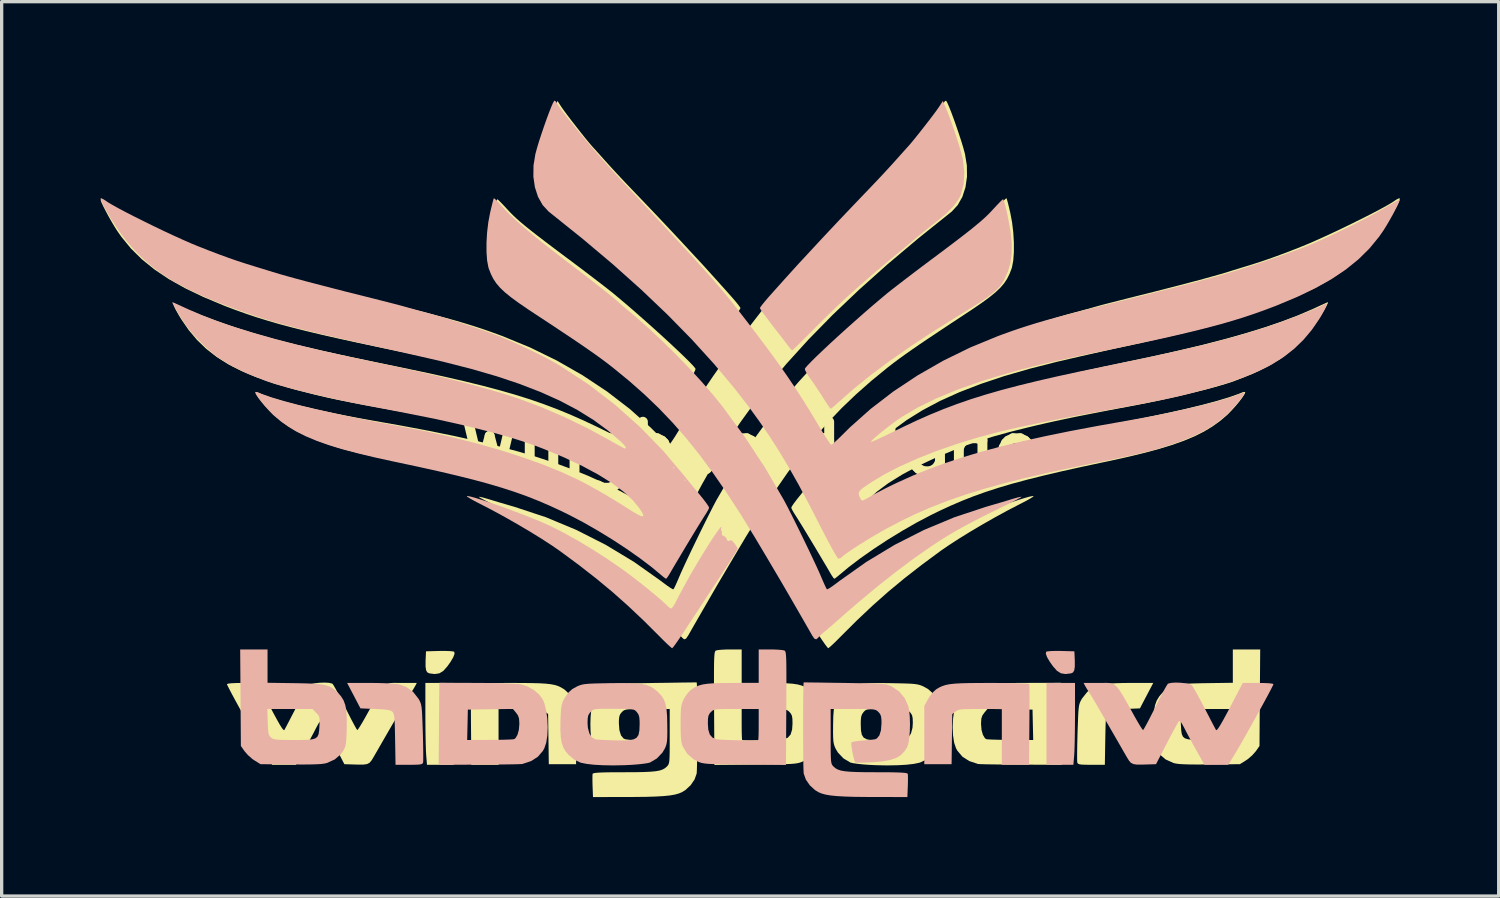
<source format=kicad_pcb>
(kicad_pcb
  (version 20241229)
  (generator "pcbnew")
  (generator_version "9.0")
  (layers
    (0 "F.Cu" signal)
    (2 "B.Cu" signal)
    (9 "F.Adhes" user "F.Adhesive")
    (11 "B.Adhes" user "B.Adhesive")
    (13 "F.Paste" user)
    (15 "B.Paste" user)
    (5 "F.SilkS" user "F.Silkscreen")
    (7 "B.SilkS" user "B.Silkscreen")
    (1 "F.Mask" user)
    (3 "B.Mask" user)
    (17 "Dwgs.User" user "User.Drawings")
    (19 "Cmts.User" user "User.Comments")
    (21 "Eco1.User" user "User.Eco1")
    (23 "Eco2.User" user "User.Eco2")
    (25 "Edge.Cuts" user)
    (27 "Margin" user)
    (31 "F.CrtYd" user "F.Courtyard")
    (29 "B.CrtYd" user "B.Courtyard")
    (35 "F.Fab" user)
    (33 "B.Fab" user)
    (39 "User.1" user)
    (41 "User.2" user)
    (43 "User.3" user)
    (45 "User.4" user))
  (footprint "Wingboard logo"
    (layer "F.Cu")
    (at 19.676 10.548)
    (property "Reference" "Wingboard logo" (at 0 0 0) (layer "F.SilkS") (effects (font (size 1.5 1.5) (thickness 0.3))))
    (attr board_only exclude_from_pos_files exclude_from_bom)
    (fp_poly (pts (xy -8.976 8.331) (xy -8.976 9.571) (xy -9.383 9.571) (xy -9.791 9.571) (xy -9.815 9.283) (xy -9.822 9.164) (xy -9.828 8.984) (xy -9.833 8.758) (xy -9.837 8.5) (xy -9.839 8.225) (xy -9.84 8.043) (xy -9.84 7.091) (xy -9.408 7.091) (xy -8.976 7.091)) (stroke (width 0) (type solid)) (fill yes) (layer "F.SilkS"))
    (fp_poly (pts (xy -9.098 6.126) (xy -9 6.136) (xy -8.965 6.147) (xy -8.956 6.207) (xy -8.995 6.313) (xy -9.079 6.455) (xy -9.173 6.587) (xy -9.294 6.724) (xy -9.414 6.799) (xy -9.553 6.821) (xy -9.718 6.801) (xy -9.779 6.773) (xy -9.817 6.709) (xy -9.834 6.597) (xy -9.834 6.426) (xy -9.832 6.376) (xy -9.821 6.133) (xy -9.411 6.122) (xy -9.241 6.121)) (stroke (width 0) (type solid)) (fill yes) (layer "F.SilkS"))
    (fp_poly (pts (xy 12.008 7.476) (xy 11.807 7.861) (xy 11.355 7.88) (xy 11.153 7.89) (xy 11.013 7.903) (xy 10.92 7.921) (xy 10.862 7.945) (xy 10.837 7.966) (xy 10.814 7.996) (xy 10.796 8.042) (xy 10.783 8.114) (xy 10.773 8.223) (xy 10.766 8.377) (xy 10.761 8.589) (xy 10.757 8.802) (xy 10.744 9.571) (xy 10.337 9.571) (xy 10.155 9.569) (xy 10.034 9.564) (xy 9.962 9.552) (xy 9.925 9.532) (xy 9.91 9.505) (xy 9.905 9.45) (xy 9.904 9.331) (xy 9.905 9.16) (xy 9.908 8.95) (xy 9.914 8.711) (xy 9.917 8.593) (xy 9.927 8.319) (xy 9.935 8.11) (xy 9.943 7.953) (xy 9.954 7.838) (xy 9.968 7.754) (xy 9.987 7.69) (xy 10.012 7.634) (xy 10.045 7.575) (xy 10.05 7.567) (xy 10.209 7.365) (xy 10.413 7.216) (xy 10.642 7.131) (xy 10.741 7.118) (xy 10.899 7.107) (xy 11.099 7.098) (xy 11.325 7.092) (xy 11.52 7.091) (xy 12.21 7.091)) (stroke (width 0) (type solid)) (fill yes) (layer "F.SilkS"))
    (fp_poly (pts (xy -6.925 7.092) (xy -6.628 7.095) (xy -6.388 7.101) (xy -6.197 7.112) (xy -6.045 7.129) (xy -5.924 7.152) (xy -5.824 7.183) (xy -5.737 7.223) (xy -5.654 7.272) (xy -5.628 7.289) (xy -5.539 7.37) (xy -5.444 7.489) (xy -5.387 7.58) (xy -5.274 7.786) (xy -5.274 8.669) (xy -5.274 9.552) (xy -5.688 9.552) (xy -6.101 9.552) (xy -6.111 8.793) (xy -6.121 8.034) (xy -6.22 7.957) (xy -6.261 7.929) (xy -6.309 7.909) (xy -6.378 7.895) (xy -6.478 7.886) (xy -6.622 7.882) (xy -6.823 7.88) (xy -6.97 7.88) (xy -7.623 7.88) (xy -7.623 8.725) (xy -7.623 9.571) (xy -8.035 9.571) (xy -8.447 9.571) (xy -8.458 8.368) (xy -8.46 8.074) (xy -8.461 7.804) (xy -8.462 7.566) (xy -8.461 7.371) (xy -8.46 7.227) (xy -8.457 7.145) (xy -8.456 7.128) (xy -8.415 7.117) (xy -8.302 7.107) (xy -8.121 7.1) (xy -7.876 7.095) (xy -7.569 7.092) (xy -7.288 7.091)) (stroke (width 0) (type solid)) (fill yes) (layer "F.SilkS"))
    (fp_poly (pts (xy 9.427 8.329) (xy 9.437 9.571) (xy 8.206 9.566) (xy 7.906 9.565) (xy 7.628 9.562) (xy 7.381 9.559) (xy 7.175 9.556) (xy 7.02 9.552) (xy 6.924 9.548) (xy 6.899 9.545) (xy 6.637 9.458) (xy 6.432 9.327) (xy 6.279 9.147) (xy 6.237 9.073) (xy 6.179 8.903) (xy 6.145 8.682) (xy 6.134 8.432) (xy 6.139 8.336) (xy 6.993 8.336) (xy 7.008 8.513) (xy 7.049 8.661) (xy 7.109 8.763) (xy 7.152 8.794) (xy 7.204 8.8) (xy 7.317 8.806) (xy 7.48 8.811) (xy 7.68 8.815) (xy 7.887 8.816) (xy 8.574 8.819) (xy 8.563 8.359) (xy 8.553 7.899) (xy 7.871 7.888) (xy 7.189 7.878) (xy 7.091 7.995) (xy 7.033 8.078) (xy 7.003 8.169) (xy 6.994 8.296) (xy 6.993 8.336) (xy 6.139 8.336) (xy 6.146 8.171) (xy 6.181 7.921) (xy 6.237 7.703) (xy 6.279 7.599) (xy 6.388 7.446) (xy 6.55 7.307) (xy 6.745 7.197) (xy 6.944 7.133) (xy 7.032 7.122) (xy 7.185 7.113) (xy 7.391 7.104) (xy 7.639 7.097) (xy 7.92 7.093) (xy 8.221 7.09) (xy 8.277 7.09) (xy 9.417 7.087)) (stroke (width 0) (type solid)) (fill yes) (layer "F.SilkS"))
    (fp_poly (pts (xy 15.439 7.539) (xy 15.429 9.001) (xy 15.315 9.163) (xy 15.213 9.279) (xy 15.083 9.393) (xy 15.017 9.438) (xy 14.834 9.552) (xy 13.91 9.56) (xy 13.592 9.562) (xy 13.34 9.561) (xy 13.146 9.555) (xy 13 9.547) (xy 12.895 9.533) (xy 12.825 9.517) (xy 12.585 9.408) (xy 12.403 9.253) (xy 12.322 9.139) (xy 12.287 9.071) (xy 12.262 8.999) (xy 12.245 8.907) (xy 12.234 8.78) (xy 12.226 8.604) (xy 12.222 8.452) (xy 12.221 8.19) (xy 13.044 8.19) (xy 13.045 8.306) (xy 13.049 8.385) (xy 13.058 8.533) (xy 13.075 8.643) (xy 13.111 8.72) (xy 13.174 8.771) (xy 13.276 8.8) (xy 13.425 8.815) (xy 13.633 8.819) (xy 13.815 8.819) (xy 14.046 8.818) (xy 14.215 8.815) (xy 14.333 8.808) (xy 14.413 8.796) (xy 14.467 8.777) (xy 14.509 8.751) (xy 14.513 8.747) (xy 14.553 8.709) (xy 14.58 8.661) (xy 14.597 8.588) (xy 14.607 8.472) (xy 14.614 8.299) (xy 14.615 8.278) (xy 14.628 7.88) (xy 13.945 7.88) (xy 13.262 7.88) (xy 13.149 7.994) (xy 13.09 8.057) (xy 13.057 8.114) (xy 13.044 8.19) (xy 12.221 8.19) (xy 12.221 8.166) (xy 12.234 7.941) (xy 12.265 7.763) (xy 12.318 7.619) (xy 12.395 7.495) (xy 12.476 7.402) (xy 12.566 7.315) (xy 12.654 7.247) (xy 12.75 7.195) (xy 12.867 7.158) (xy 13.013 7.132) (xy 13.201 7.115) (xy 13.44 7.105) (xy 13.743 7.098) (xy 13.785 7.098) (xy 14.621 7.086) (xy 14.621 6.581) (xy 14.621 6.076) (xy 15.035 6.076) (xy 15.45 6.076)) (stroke (width 0) (type solid)) (fill yes) (layer "F.SilkS"))
    (fp_poly (pts (xy -7.627 -7.537) (xy -7.555 -7.466) (xy -7.456 -7.363) (xy -7.372 -7.272) (xy -7.281 -7.174) (xy -7.187 -7.079) (xy -7.084 -6.982) (xy -6.965 -6.877) (xy -6.825 -6.76) (xy -6.658 -6.625) (xy -6.456 -6.467) (xy -6.214 -6.282) (xy -5.926 -6.064) (xy -5.586 -5.809) (xy -5.47 -5.723) (xy -5.213 -5.53) (xy -4.96 -5.339) (xy -4.723 -5.158) (xy -4.51 -4.995) (xy -4.332 -4.857) (xy -4.2 -4.753) (xy -4.155 -4.717) (xy -3.929 -4.528) (xy -3.684 -4.32) (xy -3.428 -4.098) (xy -3.168 -3.868) (xy -2.909 -3.637) (xy -2.657 -3.409) (xy -2.42 -3.191) (xy -2.204 -2.988) (xy -2.015 -2.808) (xy -1.859 -2.654) (xy -1.743 -2.534) (xy -1.673 -2.453) (xy -1.655 -2.423) (xy -1.67 -2.371) (xy -1.721 -2.278) (xy -1.798 -2.16) (xy -1.825 -2.122) (xy -1.93 -1.973) (xy -2.053 -1.79) (xy -2.173 -1.606) (xy -2.213 -1.542) (xy -2.3 -1.405) (xy -2.373 -1.297) (xy -2.423 -1.229) (xy -2.438 -1.213) (xy -2.473 -1.237) (xy -2.548 -1.3) (xy -2.65 -1.39) (xy -2.683 -1.42) (xy -3.142 -1.824) (xy -3.656 -2.238) (xy -4.228 -2.665) (xy -4.862 -3.107) (xy -5.561 -3.567) (xy -6.328 -4.046) (xy -6.421 -4.103) (xy -6.731 -4.294) (xy -6.983 -4.454) (xy -7.184 -4.591) (xy -7.343 -4.71) (xy -7.466 -4.816) (xy -7.56 -4.917) (xy -7.635 -5.017) (xy -7.689 -5.109) (xy -7.804 -5.364) (xy -7.882 -5.629) (xy -7.921 -5.914) (xy -7.923 -6.229) (xy -7.887 -6.585) (xy -7.814 -6.991) (xy -7.765 -7.215) (xy -7.727 -7.365) (xy -7.694 -7.482) (xy -7.669 -7.551) (xy -7.66 -7.563)) (stroke (width 0) (type solid)) (fill yes) (layer "F.SilkS"))
    (fp_poly (pts (xy -0.258 6.584) (xy -0.258 7.091) (xy 0.529 7.091) (xy 0.841 7.093) (xy 1.088 7.1) (xy 1.283 7.114) (xy 1.436 7.136) (xy 1.56 7.17) (xy 1.665 7.216) (xy 1.763 7.277) (xy 1.803 7.306) (xy 1.892 7.397) (xy 1.98 7.522) (xy 2.019 7.594) (xy 2.054 7.677) (xy 2.079 7.756) (xy 2.095 7.85) (xy 2.103 7.972) (xy 2.107 8.139) (xy 2.108 8.331) (xy 2.106 8.559) (xy 2.1 8.727) (xy 2.088 8.85) (xy 2.069 8.942) (xy 2.042 9.018) (xy 2.038 9.026) (xy 1.904 9.239) (xy 1.72 9.4) (xy 1.592 9.47) (xy 1.54 9.492) (xy 1.487 9.51) (xy 1.423 9.524) (xy 1.341 9.535) (xy 1.231 9.544) (xy 1.084 9.55) (xy 0.893 9.555) (xy 0.648 9.559) (xy 0.341 9.562) (xy 0.165 9.564) (xy -1.083 9.575) (xy -1.091 8.343) (xy -0.258 8.343) (xy -0.257 8.522) (xy -0.254 8.671) (xy -0.249 8.776) (xy -0.243 8.822) (xy -0.243 8.822) (xy -0.201 8.828) (xy -0.099 8.831) (xy 0.047 8.831) (xy 0.222 8.829) (xy 0.411 8.826) (xy 0.598 8.821) (xy 0.769 8.815) (xy 0.907 8.808) (xy 0.997 8.8) (xy 1.008 8.798) (xy 1.137 8.751) (xy 1.223 8.655) (xy 1.27 8.503) (xy 1.282 8.324) (xy 1.279 8.179) (xy 1.264 8.085) (xy 1.232 8.02) (xy 1.19 7.972) (xy 1.155 7.939) (xy 1.118 7.915) (xy 1.067 7.899) (xy 0.99 7.889) (xy 0.876 7.883) (xy 0.713 7.88) (xy 0.49 7.88) (xy 0.42 7.88) (xy -0.258 7.88) (xy -0.258 8.343) (xy -1.091 8.343) (xy -1.094 7.86) (xy -1.096 7.454) (xy -1.097 7.118) (xy -1.097 6.843) (xy -1.096 6.624) (xy -1.094 6.455) (xy -1.089 6.328) (xy -1.083 6.237) (xy -1.075 6.176) (xy -1.064 6.139) (xy -1.051 6.118) (xy -1.041 6.11) (xy -0.977 6.095) (xy -0.858 6.084) (xy -0.705 6.077) (xy -0.618 6.076) (xy -0.258 6.076)) (stroke (width 0) (type solid)) (fill yes) (layer "F.SilkS"))
    (fp_poly (pts (xy -5.715 -10.351) (xy -5.651 -10.26) (xy -5.551 -10.125) (xy -5.425 -9.959) (xy -5.285 -9.779) (xy -5.142 -9.596) (xy -5.006 -9.426) (xy -4.889 -9.283) (xy -4.802 -9.181) (xy -4.782 -9.159) (xy -4.729 -9.101) (xy -4.64 -9.002) (xy -4.526 -8.875) (xy -4.411 -8.746) (xy -4.274 -8.594) (xy -4.104 -8.409) (xy -3.919 -8.21) (xy -3.737 -8.018) (xy -3.679 -7.957) (xy -3.377 -7.642) (xy -3.119 -7.372) (xy -2.898 -7.14) (xy -2.704 -6.936) (xy -2.531 -6.752) (xy -2.369 -6.58) (xy -2.211 -6.411) (xy -2.049 -6.237) (xy -2.024 -6.21) (xy -1.874 -6.048) (xy -1.742 -5.906) (xy -1.636 -5.791) (xy -1.564 -5.714) (xy -1.536 -5.684) (xy -1.496 -5.641) (xy -1.415 -5.553) (xy -1.304 -5.43) (xy -1.172 -5.284) (xy -1.029 -5.126) (xy -0.885 -4.965) (xy -0.749 -4.814) (xy -0.632 -4.682) (xy -0.549 -4.589) (xy -0.443 -4.465) (xy -0.359 -4.361) (xy -0.307 -4.29) (xy -0.296 -4.267) (xy -0.305 -4.242) (xy -0.336 -4.193) (xy -0.392 -4.112) (xy -0.479 -3.995) (xy -0.601 -3.834) (xy -0.763 -3.624) (xy -0.87 -3.486) (xy -0.973 -3.353) (xy -1.079 -3.214) (xy -1.135 -3.14) (xy -1.205 -3.052) (xy -1.257 -2.995) (xy -1.273 -2.983) (xy -1.303 -3.009) (xy -1.379 -3.081) (xy -1.493 -3.193) (xy -1.638 -3.337) (xy -1.807 -3.507) (xy -1.968 -3.669) (xy -2.303 -4.003) (xy -2.63 -4.319) (xy -2.961 -4.628) (xy -3.309 -4.94) (xy -3.687 -5.268) (xy -4.107 -5.623) (xy -4.335 -5.813) (xy -4.542 -5.984) (xy -4.742 -6.15) (xy -4.923 -6.301) (xy -5.076 -6.428) (xy -5.187 -6.52) (xy -5.218 -6.546) (xy -5.363 -6.664) (xy -5.528 -6.795) (xy -5.648 -6.887) (xy -5.944 -7.132) (xy -6.171 -7.363) (xy -6.325 -7.58) (xy -6.383 -7.701) (xy -6.466 -8.027) (xy -6.487 -8.383) (xy -6.444 -8.76) (xy -6.442 -8.767) (xy -6.404 -8.926) (xy -6.345 -9.137) (xy -6.269 -9.381) (xy -6.183 -9.64) (xy -6.094 -9.897) (xy -6.007 -10.133) (xy -5.928 -10.331) (xy -5.917 -10.357) (xy -5.837 -10.54)) (stroke (width 0) (type solid)) (fill yes) (layer "F.SilkS"))
    (fp_poly (pts (xy 4.224 7.097) (xy 4.499 7.102) (xy 4.711 7.107) (xy 4.87 7.114) (xy 4.989 7.124) (xy 5.078 7.138) (xy 5.149 7.157) (xy 5.213 7.182) (xy 5.239 7.193) (xy 5.389 7.276) (xy 5.503 7.378) (xy 5.605 7.521) (xy 5.65 7.598) (xy 5.687 7.677) (xy 5.712 7.767) (xy 5.729 7.884) (xy 5.74 8.047) (xy 5.746 8.204) (xy 5.75 8.494) (xy 5.739 8.723) (xy 5.71 8.904) (xy 5.66 9.049) (xy 5.586 9.172) (xy 5.495 9.275) (xy 5.33 9.414) (xy 5.155 9.498) (xy 5.122 9.509) (xy 4.956 9.543) (xy 4.729 9.569) (xy 4.455 9.584) (xy 4.149 9.589) (xy 3.824 9.583) (xy 3.612 9.573) (xy 3.421 9.559) (xy 3.249 9.541) (xy 3.115 9.521) (xy 3.036 9.502) (xy 3.036 9.502) (xy 2.827 9.378) (xy 2.66 9.203) (xy 2.592 9.09) (xy 2.558 9.015) (xy 2.535 8.941) (xy 2.52 8.854) (xy 2.513 8.738) (xy 2.51 8.577) (xy 2.512 8.357) (xy 2.512 8.357) (xy 2.512 8.331) (xy 3.349 8.331) (xy 3.356 8.527) (xy 3.382 8.662) (xy 3.438 8.748) (xy 3.53 8.798) (xy 3.669 8.825) (xy 3.687 8.828) (xy 3.775 8.832) (xy 3.914 8.832) (xy 4.085 8.83) (xy 4.266 8.825) (xy 4.439 8.818) (xy 4.583 8.81) (xy 4.677 8.801) (xy 4.693 8.798) (xy 4.796 8.739) (xy 4.872 8.619) (xy 4.917 8.448) (xy 4.927 8.301) (xy 4.922 8.161) (xy 4.904 8.071) (xy 4.864 8.004) (xy 4.835 7.972) (xy 4.799 7.937) (xy 4.764 7.911) (xy 4.72 7.893) (xy 4.654 7.882) (xy 4.556 7.876) (xy 4.413 7.874) (xy 4.214 7.874) (xy 4.044 7.875) (xy 3.835 7.876) (xy 3.688 7.88) (xy 3.59 7.888) (xy 3.525 7.902) (xy 3.482 7.925) (xy 3.447 7.959) (xy 3.433 7.975) (xy 3.386 8.043) (xy 3.36 8.125) (xy 3.35 8.246) (xy 3.349 8.331) (xy 2.512 8.331) (xy 2.518 8.087) (xy 2.535 7.879) (xy 2.567 7.716) (xy 2.617 7.587) (xy 2.69 7.476) (xy 2.791 7.369) (xy 2.823 7.339) (xy 2.917 7.263) (xy 3.015 7.203) (xy 3.127 7.158) (xy 3.265 7.127) (xy 3.439 7.107) (xy 3.658 7.097) (xy 3.933 7.094)) (stroke (width 0) (type solid)) (fill yes) (layer "F.SilkS"))
    (fp_poly (pts (xy 8.586 1.429) (xy 8.57 1.45) (xy 8.497 1.497) (xy 8.378 1.565) (xy 8.223 1.646) (xy 8.158 1.679) (xy 7.803 1.863) (xy 7.427 2.068) (xy 7.044 2.286) (xy 6.67 2.507) (xy 6.32 2.723) (xy 6.009 2.925) (xy 5.772 3.088) (xy 5.198 3.512) (xy 4.674 3.92) (xy 4.184 4.326) (xy 3.709 4.747) (xy 3.232 5.197) (xy 2.755 5.672) (xy 2.622 5.806) (xy 2.506 5.918) (xy 2.418 5.998) (xy 2.37 6.037) (xy 2.364 6.039) (xy 2.334 6.009) (xy 2.271 5.926) (xy 2.183 5.8) (xy 2.075 5.642) (xy 1.983 5.503) (xy 1.855 5.308) (xy 1.698 5.068) (xy 1.524 4.803) (xy 1.346 4.53) (xy 1.174 4.269) (xy 1.128 4.198) (xy 0.928 3.894) (xy 0.767 3.646) (xy 0.639 3.45) (xy 0.542 3.299) (xy 0.472 3.187) (xy 0.424 3.108) (xy 0.395 3.057) (xy 0.382 3.028) (xy 0.38 3.018) (xy 0.401 2.973) (xy 0.454 2.895) (xy 0.48 2.859) (xy 0.555 2.778) (xy 0.601 2.765) (xy 0.608 2.773) (xy 0.653 2.797) (xy 0.7 2.77) (xy 0.719 2.716) (xy 0.75 2.668) (xy 0.799 2.645) (xy 0.857 2.607) (xy 0.857 2.567) (xy 0.855 2.506) (xy 0.869 2.488) (xy 0.887 2.44) (xy 0.88 2.406) (xy 0.868 2.358) (xy 0.89 2.369) (xy 0.943 2.431) (xy 1.02 2.538) (xy 1.118 2.683) (xy 1.233 2.858) (xy 1.359 3.059) (xy 1.494 3.277) (xy 1.631 3.506) (xy 1.768 3.74) (xy 1.841 3.868) (xy 1.949 4.062) (xy 2.056 4.259) (xy 2.151 4.436) (xy 2.221 4.573) (xy 2.226 4.583) (xy 2.291 4.705) (xy 2.349 4.795) (xy 2.389 4.836) (xy 2.393 4.836) (xy 2.447 4.811) (xy 2.507 4.757) (xy 2.588 4.677) (xy 2.718 4.561) (xy 2.885 4.42) (xy 3.076 4.262) (xy 3.282 4.097) (xy 3.489 3.935) (xy 3.687 3.785) (xy 3.845 3.668) (xy 4.297 3.355) (xy 4.758 3.057) (xy 5.214 2.783) (xy 5.652 2.539) (xy 6.059 2.334) (xy 6.299 2.226) (xy 6.548 2.123) (xy 6.818 2.016) (xy 7.099 1.909) (xy 7.38 1.804) (xy 7.654 1.706) (xy 7.91 1.618) (xy 8.138 1.543) (xy 8.33 1.484) (xy 8.476 1.444) (xy 8.566 1.428)) (stroke (width 0) (type solid)) (fill yes) (layer "F.SilkS"))
    (fp_poly (pts (xy -12.756 7.088) (xy -12.667 7.109) (xy -12.652 7.118) (xy -12.621 7.163) (xy -12.562 7.265) (xy -12.482 7.413) (xy -12.387 7.596) (xy -12.283 7.802) (xy -12.264 7.84) (xy -12.161 8.045) (xy -12.068 8.226) (xy -11.99 8.372) (xy -11.934 8.472) (xy -11.904 8.517) (xy -11.901 8.519) (xy -11.874 8.488) (xy -11.819 8.404) (xy -11.745 8.281) (xy -11.671 8.152) (xy -11.51 7.862) (xy -11.38 7.629) (xy -11.275 7.449) (xy -11.189 7.313) (xy -11.114 7.216) (xy -11.045 7.152) (xy -10.973 7.113) (xy -10.892 7.094) (xy -10.797 7.089) (xy -10.679 7.09) (xy -10.554 7.091) (xy -10.1 7.091) (xy -10.144 7.175) (xy -10.2 7.272) (xy -10.253 7.354) (xy -10.298 7.424) (xy -10.37 7.542) (xy -10.458 7.69) (xy -10.536 7.824) (xy -10.659 8.037) (xy -10.793 8.269) (xy -10.932 8.509) (xy -11.067 8.743) (xy -11.191 8.958) (xy -11.296 9.141) (xy -11.376 9.279) (xy -11.406 9.332) (xy -11.472 9.44) (xy -11.532 9.51) (xy -11.605 9.548) (xy -11.709 9.564) (xy -11.862 9.565) (xy -11.946 9.563) (xy -12.294 9.552) (xy -12.621 8.92) (xy -12.726 8.719) (xy -12.821 8.541) (xy -12.901 8.395) (xy -12.958 8.294) (xy -12.988 8.249) (xy -12.988 8.249) (xy -13.022 8.25) (xy -13.073 8.313) (xy -13.144 8.443) (xy -13.147 8.448) (xy -13.212 8.576) (xy -13.303 8.746) (xy -13.407 8.938) (xy -13.513 9.128) (xy -13.514 9.129) (xy -13.762 9.571) (xy -14.121 9.571) (xy -14.481 9.571) (xy -14.672 9.261) (xy -14.747 9.136) (xy -14.844 8.97) (xy -14.957 8.773) (xy -15.081 8.553) (xy -15.211 8.32) (xy -15.342 8.084) (xy -15.469 7.855) (xy -15.586 7.641) (xy -15.688 7.452) (xy -15.769 7.298) (xy -15.825 7.188) (xy -15.851 7.132) (xy -15.852 7.128) (xy -15.816 7.112) (xy -15.714 7.1) (xy -15.556 7.093) (xy -15.387 7.091) (xy -14.922 7.091) (xy -14.588 7.73) (xy -14.446 8) (xy -14.333 8.208) (xy -14.247 8.359) (xy -14.184 8.458) (xy -14.142 8.51) (xy -14.117 8.521) (xy -14.113 8.518) (xy -14.092 8.48) (xy -14.042 8.387) (xy -13.969 8.247) (xy -13.879 8.073) (xy -13.776 7.874) (xy -13.769 7.861) (xy -13.663 7.657) (xy -13.564 7.473) (xy -13.479 7.321) (xy -13.415 7.213) (xy -13.378 7.16) (xy -13.378 7.159) (xy -13.308 7.126) (xy -13.187 7.101) (xy -13.039 7.085) (xy -12.888 7.08)) (stroke (width 0) (type solid)) (fill yes) (layer "F.SilkS"))
    (fp_poly (pts (xy -1.621 7.074) (xy -1.616 7.112) (xy -1.612 7.214) (xy -1.609 7.371) (xy -1.606 7.573) (xy -1.604 7.809) (xy -1.603 8.07) (xy -1.603 8.345) (xy -1.603 8.625) (xy -1.604 8.898) (xy -1.606 9.155) (xy -1.608 9.386) (xy -1.611 9.58) (xy -1.615 9.728) (xy -1.62 9.819) (xy -1.622 9.838) (xy -1.686 10.017) (xy -1.805 10.19) (xy -1.963 10.336) (xy -2.067 10.4) (xy -2.163 10.44) (xy -2.282 10.473) (xy -2.432 10.499) (xy -2.621 10.518) (xy -2.856 10.532) (xy -3.146 10.541) (xy -3.498 10.545) (xy -3.759 10.546) (xy -4.762 10.548) (xy -4.775 10.219) (xy -4.779 10.065) (xy -4.779 9.938) (xy -4.776 9.857) (xy -4.773 9.843) (xy -4.751 9.828) (xy -4.689 9.816) (xy -4.581 9.807) (xy -4.42 9.801) (xy -4.199 9.797) (xy -3.911 9.796) (xy -3.833 9.796) (xy -3.502 9.795) (xy -3.237 9.79) (xy -3.029 9.781) (xy -2.869 9.766) (xy -2.748 9.745) (xy -2.657 9.715) (xy -2.587 9.677) (xy -2.529 9.628) (xy -2.527 9.626) (xy -2.498 9.595) (xy -2.476 9.561) (xy -2.46 9.515) (xy -2.449 9.445) (xy -2.443 9.341) (xy -2.439 9.194) (xy -2.438 8.993) (xy -2.438 8.727) (xy -2.438 8.708) (xy -2.438 7.88) (xy -3.116 7.88) (xy -3.357 7.88) (xy -3.534 7.882) (xy -3.66 7.887) (xy -3.745 7.896) (xy -3.802 7.911) (xy -3.842 7.932) (xy -3.876 7.963) (xy -3.886 7.972) (xy -3.937 8.034) (xy -3.965 8.107) (xy -3.977 8.214) (xy -3.978 8.312) (xy -3.962 8.523) (xy -3.914 8.679) (xy -3.837 8.773) (xy -3.78 8.798) (xy -3.703 8.808) (xy -3.577 8.821) (xy -3.425 8.834) (xy -3.398 8.836) (xy -3.253 8.85) (xy -3.138 8.867) (xy -3.073 8.885) (xy -3.067 8.889) (xy -3.061 8.936) (xy -3.071 9.034) (xy -3.091 9.16) (xy -3.117 9.291) (xy -3.146 9.407) (xy -3.173 9.484) (xy -3.184 9.5) (xy -3.228 9.506) (xy -3.333 9.508) (xy -3.483 9.504) (xy -3.664 9.496) (xy -3.702 9.494) (xy -4.002 9.468) (xy -4.238 9.426) (xy -4.423 9.364) (xy -4.566 9.276) (xy -4.678 9.158) (xy -4.756 9.034) (xy -4.793 8.923) (xy -4.819 8.757) (xy -4.836 8.555) (xy -4.841 8.338) (xy -4.835 8.123) (xy -4.817 7.932) (xy -4.788 7.788) (xy -4.681 7.551) (xy -4.513 7.351) (xy -4.293 7.201) (xy -4.287 7.198) (xy -4.236 7.174) (xy -4.185 7.155) (xy -4.126 7.139) (xy -4.049 7.127) (xy -3.945 7.118) (xy -3.807 7.111) (xy -3.626 7.105) (xy -3.392 7.1) (xy -3.098 7.095) (xy -2.87 7.091) (xy -2.573 7.087) (xy -2.3 7.083) (xy -2.062 7.079) (xy -1.867 7.077) (xy -1.723 7.075) (xy -1.639 7.074)) (stroke (width 0) (type solid)) (fill yes) (layer "F.SilkS"))
    (fp_poly (pts (xy 7.78 -7.551) (xy 7.807 -7.452) (xy 7.842 -7.31) (xy 7.88 -7.147) (xy 7.934 -6.861) (xy 7.97 -6.557) (xy 7.988 -6.252) (xy 7.988 -5.964) (xy 7.97 -5.71) (xy 7.932 -5.506) (xy 7.918 -5.459) (xy 7.855 -5.297) (xy 7.782 -5.151) (xy 7.691 -5.014) (xy 7.576 -4.88) (xy 7.428 -4.74) (xy 7.242 -4.589) (xy 7.009 -4.419) (xy 6.723 -4.223) (xy 6.505 -4.079) (xy 6.084 -3.802) (xy 5.72 -3.56) (xy 5.406 -3.351) (xy 5.135 -3.168) (xy 4.902 -3.007) (xy 4.698 -2.864) (xy 4.519 -2.735) (xy 4.357 -2.614) (xy 4.205 -2.497) (xy 4.159 -2.461) (xy 3.669 -2.06) (xy 3.208 -1.653) (xy 2.77 -1.234) (xy 2.35 -0.794) (xy 1.942 -0.328) (xy 1.54 0.172) (xy 1.139 0.712) (xy 0.732 1.3) (xy 0.314 1.942) (xy -0.12 2.646) (xy -0.296 2.94) (xy -0.445 3.19) (xy -0.588 3.431) (xy -0.719 3.653) (xy -0.832 3.844) (xy -0.92 3.993) (xy -0.974 4.085) (xy -1.057 4.228) (xy -1.161 4.407) (xy -1.278 4.61) (xy -1.402 4.824) (xy -1.525 5.038) (xy -1.641 5.239) (xy -1.742 5.415) (xy -1.821 5.554) (xy -1.873 5.644) (xy -1.882 5.66) (xy -1.945 5.75) (xy -2 5.77) (xy -2.06 5.721) (xy -2.069 5.709) (xy -2.134 5.639) (xy -2.22 5.564) (xy -2.221 5.563) (xy -2.294 5.504) (xy -2.404 5.409) (xy -2.533 5.297) (xy -2.596 5.241) (xy -3.214 4.702) (xy -3.821 4.196) (xy -4.408 3.731) (xy -4.97 3.311) (xy -5.498 2.942) (xy -5.813 2.737) (xy -6.102 2.56) (xy -6.413 2.383) (xy -6.759 2.197) (xy -7.152 1.997) (xy -7.519 1.817) (xy -7.729 1.714) (xy -7.915 1.621) (xy -8.065 1.544) (xy -8.17 1.487) (xy -8.221 1.456) (xy -8.224 1.453) (xy -8.191 1.453) (xy -8.104 1.472) (xy -7.981 1.507) (xy -7.952 1.515) (xy -7.814 1.557) (xy -7.626 1.614) (xy -7.41 1.677) (xy -7.189 1.742) (xy -7.134 1.758) (xy -6.188 2.071) (xy -5.267 2.455) (xy -4.376 2.907) (xy -3.518 3.425) (xy -2.695 4.008) (xy -2.646 4.046) (xy -2.519 4.14) (xy -2.414 4.212) (xy -2.345 4.251) (xy -2.326 4.255) (xy -2.301 4.215) (xy -2.256 4.121) (xy -2.197 3.988) (xy -2.155 3.889) (xy -2.094 3.748) (xy -2.005 3.552) (xy -1.894 3.315) (xy -1.768 3.049) (xy -1.632 2.768) (xy -1.494 2.484) (xy -1.358 2.209) (xy -1.232 1.957) (xy -1.122 1.741) (xy -1.033 1.572) (xy -1.019 1.547) (xy -0.459 0.585) (xy 0.155 -0.35) (xy 0.832 -1.274) (xy 0.847 -1.293) (xy 1.135 -1.649) (xy 1.472 -2.036) (xy 1.844 -2.441) (xy 2.24 -2.85) (xy 2.646 -3.25) (xy 3.049 -3.629) (xy 3.438 -3.974) (xy 3.574 -4.089) (xy 3.716 -4.208) (xy 3.841 -4.314) (xy 3.934 -4.393) (xy 3.983 -4.437) (xy 3.983 -4.437) (xy 4.083 -4.526) (xy 4.242 -4.657) (xy 4.458 -4.83) (xy 4.729 -5.042) (xy 5.053 -5.292) (xy 5.428 -5.579) (xy 5.517 -5.646) (xy 5.93 -5.963) (xy 6.287 -6.243) (xy 6.596 -6.492) (xy 6.861 -6.715) (xy 7.091 -6.918) (xy 7.29 -7.107) (xy 7.466 -7.287) (xy 7.608 -7.444) (xy 7.687 -7.529) (xy 7.745 -7.582) (xy 7.766 -7.592)) (stroke (width 0) (type solid)) (fill yes) (layer "F.SilkS"))
    (fp_poly (pts (xy 19.673 -7.546) (xy 19.634 -7.449) (xy 19.564 -7.312) (xy 19.471 -7.147) (xy 19.361 -6.964) (xy 19.24 -6.775) (xy 19.115 -6.591) (xy 18.993 -6.422) (xy 18.901 -6.304) (xy 18.648 -6.013) (xy 18.382 -5.747) (xy 18.098 -5.502) (xy 17.787 -5.274) (xy 17.444 -5.058) (xy 17.06 -4.85) (xy 16.63 -4.647) (xy 16.146 -4.444) (xy 15.601 -4.237) (xy 15.053 -4.044) (xy 14.78 -3.954) (xy 14.482 -3.863) (xy 14.154 -3.77) (xy 13.789 -3.673) (xy 13.38 -3.57) (xy 12.921 -3.459) (xy 12.406 -3.34) (xy 11.828 -3.21) (xy 11.39 -3.113) (xy 11.042 -3.036) (xy 10.678 -2.955) (xy 10.314 -2.873) (xy 9.967 -2.794) (xy 9.653 -2.722) (xy 9.388 -2.66) (xy 9.297 -2.639) (xy 8.458 -2.425) (xy 7.688 -2.202) (xy 6.985 -1.967) (xy 6.343 -1.719) (xy 5.759 -1.456) (xy 5.228 -1.175) (xy 4.745 -0.875) (xy 4.307 -0.554) (xy 3.922 -0.223) (xy 3.813 -0.112) (xy 3.765 -0.043) (xy 3.779 -0.012) (xy 3.795 -0.011) (xy 3.838 -0.029) (xy 3.932 -0.078) (xy 4.065 -0.151) (xy 4.223 -0.241) (xy 4.255 -0.259) (xy 4.921 -0.622) (xy 5.631 -0.966) (xy 6.355 -1.276) (xy 6.993 -1.515) (xy 7.386 -1.644) (xy 7.844 -1.781) (xy 8.357 -1.924) (xy 8.915 -2.069) (xy 9.508 -2.216) (xy 10.127 -2.36) (xy 10.762 -2.5) (xy 11.258 -2.604) (xy 12.146 -2.791) (xy 12.963 -2.974) (xy 13.714 -3.153) (xy 14.401 -3.331) (xy 15.03 -3.509) (xy 15.603 -3.686) (xy 16.126 -3.866) (xy 16.603 -4.048) (xy 17.036 -4.234) (xy 17.121 -4.273) (xy 17.272 -4.343) (xy 17.396 -4.399) (xy 17.478 -4.435) (xy 17.504 -4.444) (xy 17.499 -4.415) (xy 17.46 -4.336) (xy 17.395 -4.221) (xy 17.312 -4.082) (xy 17.219 -3.933) (xy 17.123 -3.787) (xy 17.093 -3.742) (xy 16.936 -3.539) (xy 16.735 -3.317) (xy 16.511 -3.095) (xy 16.284 -2.894) (xy 16.074 -2.733) (xy 16.065 -2.727) (xy 15.676 -2.493) (xy 15.216 -2.272) (xy 14.686 -2.063) (xy 14.583 -2.026) (xy 14.355 -1.953) (xy 14.064 -1.87) (xy 13.724 -1.78) (xy 13.346 -1.686) (xy 12.944 -1.591) (xy 12.528 -1.497) (xy 12.112 -1.409) (xy 11.707 -1.328) (xy 11.596 -1.307) (xy 11.076 -1.209) (xy 10.621 -1.122) (xy 10.219 -1.043) (xy 9.861 -0.972) (xy 9.537 -0.905) (xy 9.237 -0.84) (xy 8.951 -0.776) (xy 8.668 -0.711) (xy 8.402 -0.647) (xy 7.844 -0.507) (xy 7.347 -0.369) (xy 6.899 -0.23) (xy 6.484 -0.086) (xy 6.242 0.007) (xy 5.634 0.261) (xy 5.086 0.519) (xy 4.603 0.779) (xy 4.185 1.039) (xy 3.835 1.299) (xy 3.556 1.556) (xy 3.353 1.803) (xy 3.274 1.928) (xy 3.238 2.008) (xy 3.249 2.043) (xy 3.309 2.034) (xy 3.42 1.981) (xy 3.587 1.883) (xy 3.743 1.784) (xy 4.147 1.532) (xy 4.554 1.291) (xy 4.943 1.075) (xy 5.213 0.935) (xy 5.719 0.701) (xy 6.29 0.47) (xy 6.919 0.246) (xy 7.594 0.031) (xy 8.308 -0.171) (xy 9.051 -0.359) (xy 9.812 -0.53) (xy 10.516 -0.667) (xy 11.269 -0.807) (xy 11.964 -0.944) (xy 12.6 -1.078) (xy 13.174 -1.207) (xy 13.684 -1.33) (xy 14.127 -1.449) (xy 14.501 -1.561) (xy 14.803 -1.667) (xy 14.931 -1.719) (xy 14.985 -1.726) (xy 14.997 -1.709) (xy 14.972 -1.651) (xy 14.907 -1.553) (xy 14.813 -1.429) (xy 14.7 -1.294) (xy 14.58 -1.161) (xy 14.466 -1.044) (xy 14.441 -1.021) (xy 14.229 -0.841) (xy 13.998 -0.676) (xy 13.745 -0.523) (xy 13.461 -0.381) (xy 13.141 -0.247) (xy 12.778 -0.118) (xy 12.366 0.008) (xy 11.899 0.132) (xy 11.371 0.259) (xy 10.774 0.39) (xy 10.718 0.401) (xy 10.044 0.545) (xy 9.436 0.68) (xy 8.888 0.809) (xy 8.391 0.933) (xy 7.939 1.055) (xy 7.524 1.178) (xy 7.138 1.303) (xy 6.774 1.433) (xy 6.424 1.571) (xy 6.082 1.718) (xy 5.739 1.876) (xy 5.472 2.007) (xy 5.049 2.229) (xy 4.611 2.48) (xy 4.17 2.75) (xy 3.743 3.03) (xy 3.344 3.31) (xy 2.988 3.58) (xy 2.731 3.794) (xy 2.64 3.87) (xy 2.572 3.922) (xy 2.548 3.935) (xy 2.518 3.905) (xy 2.466 3.828) (xy 2.423 3.756) (xy 2.335 3.604) (xy 2.222 3.414) (xy 2.093 3.197) (xy 1.955 2.966) (xy 1.816 2.735) (xy 1.683 2.516) (xy 1.564 2.321) (xy 1.466 2.163) (xy 1.398 2.055) (xy 1.39 2.042) (xy 1.317 1.928) (xy 1.265 1.835) (xy 1.245 1.785) (xy 1.245 1.785) (xy 1.264 1.739) (xy 1.323 1.651) (xy 1.424 1.518) (xy 1.572 1.335) (xy 1.676 1.21) (xy 1.786 1.077) (xy 1.891 0.948) (xy 1.958 0.948) (xy 1.977 0.966) (xy 1.996 0.948) (xy 1.977 0.929) (xy 1.958 0.948) (xy 1.891 0.948) (xy 1.893 0.945) (xy 1.976 0.841) (xy 1.977 0.84) (xy 2.203 0.572) (xy 2.297 0.572) (xy 2.315 0.591) (xy 2.334 0.572) (xy 2.315 0.553) (xy 2.297 0.572) (xy 2.203 0.572) (xy 2.636 0.058) (xy 3.344 -0.669) (xy 4.098 -1.34) (xy 4.894 -1.951) (xy 5.729 -2.498) (xy 5.924 -2.614) (xy 6.133 -2.729) (xy 6.393 -2.863) (xy 6.685 -3.005) (xy 6.988 -3.148) (xy 7.285 -3.281) (xy 7.501 -3.373) (xy 7.711 -3.455) (xy 7.977 -3.552) (xy 8.283 -3.658) (xy 8.613 -3.767) (xy 8.951 -3.875) (xy 9.279 -3.977) (xy 9.583 -4.065) (xy 9.793 -4.123) (xy 9.997 -4.178) (xy 10.191 -4.231) (xy 10.354 -4.276) (xy 10.468 -4.309) (xy 10.488 -4.314) (xy 10.566 -4.336) (xy 10.707 -4.374) (xy 10.899 -4.423) (xy 11.134 -4.483) (xy 11.398 -4.55) (xy 11.684 -4.622) (xy 11.803 -4.652) (xy 12.224 -4.757) (xy 12.637 -4.863) (xy 13.032 -4.965) (xy 13.399 -5.061) (xy 13.729 -5.149) (xy 14.011 -5.227) (xy 14.238 -5.291) (xy 14.358 -5.327) (xy 14.461 -5.358) (xy 14.615 -5.406) (xy 14.798 -5.462) (xy 14.978 -5.517) (xy 15.273 -5.609) (xy 15.541 -5.696) (xy 15.801 -5.786) (xy 16.072 -5.885) (xy 16.373 -5.999) (xy 16.723 -6.137) (xy 16.743 -6.145) (xy 16.951 -6.231) (xy 17.198 -6.34) (xy 17.474 -6.465) (xy 17.769 -6.603) (xy 18.071 -6.748) (xy 18.37 -6.895) (xy 18.657 -7.038) (xy 18.92 -7.173) (xy 19.148 -7.294) (xy 19.333 -7.397) (xy 19.463 -7.475) (xy 19.491 -7.495) (xy 19.585 -7.557) (xy 19.654 -7.591) (xy 19.676 -7.593)) (stroke (width 0) (type solid)) (fill yes) (layer "F.SilkS"))
    (fp_poly (pts (xy 5.937 -10.545) (xy 5.974 -10.48) (xy 6.028 -10.356) (xy 6.095 -10.186) (xy 6.17 -9.984) (xy 6.248 -9.763) (xy 6.325 -9.536) (xy 6.397 -9.317) (xy 6.457 -9.117) (xy 6.502 -8.951) (xy 6.507 -8.934) (xy 6.564 -8.586) (xy 6.568 -8.246) (xy 6.522 -7.926) (xy 6.428 -7.636) (xy 6.288 -7.387) (xy 6.106 -7.189) (xy 6.086 -7.173) (xy 5.087 -6.373) (xy 4.158 -5.59) (xy 3.297 -4.82) (xy 2.5 -4.061) (xy 1.764 -3.31) (xy 1.088 -2.565) (xy 0.467 -1.823) (xy 0.025 -1.251) (xy -0.292 -0.813) (xy -0.593 -0.372) (xy -0.884 0.083) (xy -1.172 0.564) (xy -1.465 1.082) (xy -1.768 1.649) (xy -2.064 2.225) (xy -2.203 2.497) (xy -2.331 2.743) (xy -2.445 2.955) (xy -2.54 3.127) (xy -2.613 3.249) (xy -2.658 3.316) (xy -2.67 3.326) (xy -2.739 3.309) (xy -2.774 3.279) (xy -2.839 3.222) (xy -2.957 3.135) (xy -3.121 3.024) (xy -3.317 2.898) (xy -3.536 2.762) (xy -3.768 2.623) (xy -4.001 2.488) (xy -4.102 2.431) (xy -4.544 2.197) (xy -4.997 1.978) (xy -5.468 1.773) (xy -5.963 1.58) (xy -6.489 1.397) (xy -7.052 1.221) (xy -7.66 1.051) (xy -8.318 0.885) (xy -9.034 0.72) (xy -9.813 0.554) (xy -10.399 0.436) (xy -10.878 0.341) (xy -11.292 0.255) (xy -11.652 0.176) (xy -11.966 0.102) (xy -12.245 0.029) (xy -12.498 -0.043) (xy -12.734 -0.118) (xy -12.964 -0.198) (xy -13.026 -0.22) (xy -13.459 -0.397) (xy -13.83 -0.585) (xy -14.152 -0.795) (xy -14.439 -1.034) (xy -14.703 -1.312) (xy -14.768 -1.389) (xy -14.89 -1.545) (xy -14.958 -1.651) (xy -14.973 -1.707) (xy -14.934 -1.714) (xy -14.862 -1.683) (xy -14.713 -1.618) (xy -14.497 -1.545) (xy -14.223 -1.463) (xy -13.899 -1.376) (xy -13.533 -1.285) (xy -13.132 -1.192) (xy -12.705 -1.1) (xy -12.26 -1.009) (xy -11.805 -0.923) (xy -11.437 -0.857) (xy -10.543 -0.699) (xy -9.719 -0.544) (xy -8.959 -0.389) (xy -8.256 -0.233) (xy -7.606 -0.075) (xy -7.002 0.087) (xy -6.438 0.255) (xy -5.909 0.43) (xy -5.41 0.613) (xy -4.933 0.807) (xy -4.475 1.013) (xy -4.352 1.071) (xy -4.156 1.167) (xy -3.962 1.266) (xy -3.791 1.357) (xy -3.665 1.427) (xy -3.658 1.432) (xy -3.54 1.5) (xy -3.446 1.548) (xy -3.395 1.567) (xy -3.395 1.567) (xy -3.357 1.536) (xy -3.315 1.459) (xy -3.311 1.448) (xy -3.29 1.382) (xy -3.289 1.328) (xy -3.317 1.274) (xy -3.382 1.212) (xy -3.492 1.131) (xy -3.655 1.021) (xy -3.69 0.998) (xy -4.089 0.759) (xy -4.553 0.522) (xy -5.073 0.29) (xy -5.64 0.066) (xy -6.245 -0.144) (xy -6.878 -0.339) (xy -7.473 -0.499) (xy -7.848 -0.589) (xy -8.288 -0.687) (xy -8.784 -0.79) (xy -9.327 -0.898) (xy -9.908 -1.008) (xy -10.309 -1.081) (xy -10.782 -1.166) (xy -11.188 -1.239) (xy -11.537 -1.303) (xy -11.835 -1.358) (xy -12.091 -1.407) (xy -12.312 -1.45) (xy -12.508 -1.49) (xy -12.685 -1.527) (xy -12.851 -1.564) (xy -13.016 -1.602) (xy -13.185 -1.642) (xy -13.221 -1.651) (xy -13.866 -1.817) (xy -14.441 -1.988) (xy -14.953 -2.167) (xy -15.407 -2.357) (xy -15.809 -2.562) (xy -16.164 -2.786) (xy -16.479 -3.031) (xy -16.758 -3.301) (xy -17.009 -3.599) (xy -17.236 -3.929) (xy -17.311 -4.052) (xy -17.406 -4.222) (xy -17.458 -4.334) (xy -17.466 -4.392) (xy -17.431 -4.399) (xy -17.353 -4.358) (xy -17.344 -4.352) (xy -17.27 -4.314) (xy -17.138 -4.255) (xy -16.961 -4.182) (xy -16.751 -4.098) (xy -16.523 -4.009) (xy -16.288 -3.92) (xy -16.06 -3.837) (xy -15.852 -3.763) (xy -15.72 -3.719) (xy -15.399 -3.616) (xy -15.086 -3.519) (xy -14.774 -3.427) (xy -14.455 -3.338) (xy -14.121 -3.249) (xy -13.766 -3.16) (xy -13.382 -3.069) (xy -12.962 -2.973) (xy -12.499 -2.87) (xy -11.984 -2.76) (xy -11.411 -2.64) (xy -10.772 -2.508) (xy -10.704 -2.494) (xy -9.964 -2.34) (xy -9.292 -2.194) (xy -8.679 -2.053) (xy -8.119 -1.916) (xy -7.604 -1.78) (xy -7.127 -1.643) (xy -6.68 -1.503) (xy -6.256 -1.356) (xy -5.848 -1.202) (xy -5.449 -1.038) (xy -5.051 -0.862) (xy -4.646 -0.671) (xy -4.474 -0.587) (xy -4.249 -0.476) (xy -4.047 -0.379) (xy -3.877 -0.3) (xy -3.749 -0.243) (xy -3.672 -0.213) (xy -3.655 -0.209) (xy -3.672 -0.24) (xy -3.74 -0.307) (xy -3.847 -0.401) (xy -3.982 -0.512) (xy -4.134 -0.633) (xy -4.292 -0.754) (xy -4.447 -0.867) (xy -4.586 -0.962) (xy -4.598 -0.971) (xy -5.082 -1.256) (xy -5.637 -1.528) (xy -6.262 -1.787) (xy -6.953 -2.031) (xy -7.134 -2.089) (xy -7.488 -2.198) (xy -7.828 -2.298) (xy -8.167 -2.392) (xy -8.517 -2.484) (xy -8.887 -2.574) (xy -9.289 -2.667) (xy -9.735 -2.765) (xy -10.236 -2.871) (xy -10.648 -2.956) (xy -11.334 -3.098) (xy -11.954 -3.229) (xy -12.512 -3.351) (xy -13.016 -3.466) (xy -13.473 -3.575) (xy -13.889 -3.68) (xy -14.271 -3.782) (xy -14.625 -3.885) (xy -14.958 -3.988) (xy -15.277 -4.095) (xy -15.588 -4.206) (xy -15.898 -4.323) (xy -15.941 -4.34) (xy -16.566 -4.602) (xy -17.122 -4.869) (xy -17.614 -5.145) (xy -18.047 -5.435) (xy -18.427 -5.742) (xy -18.759 -6.07) (xy -19.049 -6.423) (xy -19.176 -6.605) (xy -19.263 -6.743) (xy -19.357 -6.902) (xy -19.451 -7.069) (xy -19.536 -7.229) (xy -19.607 -7.369) (xy -19.656 -7.477) (xy -19.676 -7.539) (xy -19.674 -7.548) (xy -19.638 -7.535) (xy -19.551 -7.49) (xy -19.425 -7.419) (xy -19.272 -7.33) (xy -19.249 -7.316) (xy -19.001 -7.174) (xy -18.7 -7.012) (xy -18.362 -6.838) (xy -18.005 -6.662) (xy -17.644 -6.489) (xy -17.297 -6.33) (xy -16.979 -6.192) (xy -16.791 -6.115) (xy -16.591 -6.038) (xy -16.338 -5.945) (xy -16.054 -5.843) (xy -15.755 -5.739) (xy -15.463 -5.64) (xy -15.363 -5.606) (xy -15.137 -5.532) (xy -14.919 -5.462) (xy -14.703 -5.395) (xy -14.482 -5.328) (xy -14.25 -5.261) (xy -13.999 -5.19) (xy -13.725 -5.116) (xy -13.419 -5.034) (xy -13.075 -4.945) (xy -12.687 -4.846) (xy -12.248 -4.735) (xy -11.753 -4.611) (xy -11.193 -4.471) (xy -10.948 -4.411) (xy -10.435 -4.282) (xy -9.986 -4.169) (xy -9.592 -4.067) (xy -9.245 -3.974) (xy -8.937 -3.889) (xy -8.658 -3.807) (xy -8.399 -3.727) (xy -8.152 -3.647) (xy -7.908 -3.563) (xy -7.658 -3.473) (xy -7.503 -3.416) (xy -6.665 -3.071) (xy -5.852 -2.673) (xy -5.073 -2.227) (xy -4.336 -1.738) (xy -3.65 -1.211) (xy -3.023 -0.653) (xy -2.852 -0.484) (xy -2.718 -0.351) (xy -2.601 -0.241) (xy -2.512 -0.162) (xy -2.462 -0.126) (xy -2.457 -0.124) (xy -2.426 -0.155) (xy -2.365 -0.24) (xy -2.28 -0.369) (xy -2.179 -0.531) (xy -2.102 -0.66) (xy -1.848 -1.082) (xy -1.604 -1.475) (xy -1.361 -1.851) (xy -1.109 -2.223) (xy -0.842 -2.603) (xy -0.549 -3.005) (xy -0.222 -3.441) (xy 0.057 -3.806) (xy 0.225 -4.023) (xy 0.379 -4.221) (xy 0.524 -4.405) (xy 0.667 -4.582) (xy 0.81 -4.756) (xy 0.959 -4.932) (xy 1.119 -5.117) (xy 1.294 -5.316) (xy 1.49 -5.535) (xy 1.711 -5.778) (xy 1.963 -6.052) (xy 2.249 -6.361) (xy 2.575 -6.712) (xy 2.945 -7.11) (xy 3.12 -7.298) (xy 3.306 -7.497) (xy 3.491 -7.696) (xy 3.664 -7.881) (xy 3.813 -8.04) (xy 3.925 -8.16) (xy 3.947 -8.183) (xy 4.155 -8.409) (xy 4.377 -8.655) (xy 4.605 -8.915) (xy 4.833 -9.179) (xy 5.054 -9.441) (xy 5.262 -9.691) (xy 5.45 -9.923) (xy 5.611 -10.127) (xy 5.738 -10.296) (xy 5.825 -10.422) (xy 5.853 -10.47) (xy 5.899 -10.534) (xy 5.935 -10.548)) (stroke (width 0) (type solid)) (fill yes) (layer "F.SilkS"))
    (fp_poly (pts (xy 8.976 8.331) (xy 8.976 9.571) (xy 9.383 9.571) (xy 9.791 9.571) (xy 9.815 9.283) (xy 9.822 9.164) (xy 9.828 8.984) (xy 9.833 8.758) (xy 9.837 8.5) (xy 9.839 8.225) (xy 9.84 8.043) (xy 9.84 7.091) (xy 9.408 7.091) (xy 8.976 7.091)) (stroke (width 0) (type solid)) (fill yes) (layer "B.SilkS"))
    (fp_poly (pts (xy 9.098 6.126) (xy 9 6.136) (xy 8.965 6.147) (xy 8.956 6.207) (xy 8.995 6.313) (xy 9.079 6.455) (xy 9.173 6.587) (xy 9.294 6.724) (xy 9.414 6.799) (xy 9.553 6.821) (xy 9.718 6.801) (xy 9.779 6.773) (xy 9.817 6.709) (xy 9.834 6.597) (xy 9.834 6.426) (xy 9.832 6.376) (xy 9.821 6.133) (xy 9.411 6.122) (xy 9.241 6.121)) (stroke (width 0) (type solid)) (fill yes) (layer "B.SilkS"))
    (fp_poly (pts (xy -12.008 7.476) (xy -11.807 7.861) (xy -11.355 7.88) (xy -11.153 7.89) (xy -11.013 7.903) (xy -10.92 7.921) (xy -10.862 7.945) (xy -10.837 7.966) (xy -10.814 7.996) (xy -10.796 8.042) (xy -10.783 8.114) (xy -10.773 8.223) (xy -10.766 8.377) (xy -10.761 8.589) (xy -10.757 8.802) (xy -10.744 9.571) (xy -10.337 9.571) (xy -10.155 9.569) (xy -10.034 9.564) (xy -9.962 9.552) (xy -9.925 9.532) (xy -9.91 9.505) (xy -9.905 9.45) (xy -9.904 9.331) (xy -9.905 9.16) (xy -9.908 8.95) (xy -9.914 8.711) (xy -9.917 8.593) (xy -9.927 8.319) (xy -9.935 8.11) (xy -9.943 7.953) (xy -9.954 7.838) (xy -9.968 7.754) (xy -9.987 7.69) (xy -10.012 7.634) (xy -10.045 7.575) (xy -10.05 7.567) (xy -10.209 7.365) (xy -10.413 7.216) (xy -10.642 7.131) (xy -10.741 7.118) (xy -10.899 7.107) (xy -11.099 7.098) (xy -11.325 7.092) (xy -11.52 7.091) (xy -12.21 7.091)) (stroke (width 0) (type solid)) (fill yes) (layer "B.SilkS"))
    (fp_poly (pts (xy 6.925 7.092) (xy 6.628 7.095) (xy 6.388 7.101) (xy 6.197 7.112) (xy 6.045 7.129) (xy 5.924 7.152) (xy 5.824 7.183) (xy 5.737 7.223) (xy 5.654 7.272) (xy 5.628 7.289) (xy 5.539 7.37) (xy 5.444 7.489) (xy 5.387 7.58) (xy 5.274 7.786) (xy 5.274 8.669) (xy 5.274 9.552) (xy 5.688 9.552) (xy 6.101 9.552) (xy 6.111 8.793) (xy 6.121 8.034) (xy 6.22 7.957) (xy 6.261 7.929) (xy 6.309 7.909) (xy 6.378 7.895) (xy 6.478 7.886) (xy 6.622 7.882) (xy 6.823 7.88) (xy 6.97 7.88) (xy 7.623 7.88) (xy 7.623 8.725) (xy 7.623 9.571) (xy 8.035 9.571) (xy 8.447 9.571) (xy 8.458 8.368) (xy 8.46 8.074) (xy 8.461 7.804) (xy 8.462 7.566) (xy 8.461 7.371) (xy 8.46 7.227) (xy 8.457 7.145) (xy 8.456 7.128) (xy 8.415 7.117) (xy 8.302 7.107) (xy 8.121 7.1) (xy 7.876 7.095) (xy 7.569 7.092) (xy 7.288 7.091)) (stroke (width 0) (type solid)) (fill yes) (layer "B.SilkS"))
    (fp_poly (pts (xy -9.427 8.329) (xy -9.437 9.571) (xy -8.206 9.566) (xy -7.906 9.565) (xy -7.628 9.562) (xy -7.381 9.559) (xy -7.175 9.556) (xy -7.02 9.552) (xy -6.924 9.548) (xy -6.899 9.545) (xy -6.637 9.458) (xy -6.432 9.327) (xy -6.279 9.147) (xy -6.237 9.073) (xy -6.179 8.903) (xy -6.145 8.682) (xy -6.134 8.432) (xy -6.139 8.336) (xy -6.993 8.336) (xy -7.008 8.513) (xy -7.049 8.661) (xy -7.109 8.763) (xy -7.152 8.794) (xy -7.204 8.8) (xy -7.317 8.806) (xy -7.48 8.811) (xy -7.68 8.815) (xy -7.887 8.816) (xy -8.574 8.819) (xy -8.563 8.359) (xy -8.553 7.899) (xy -7.871 7.888) (xy -7.189 7.878) (xy -7.091 7.995) (xy -7.033 8.078) (xy -7.003 8.169) (xy -6.994 8.296) (xy -6.993 8.336) (xy -6.139 8.336) (xy -6.146 8.171) (xy -6.181 7.921) (xy -6.237 7.703) (xy -6.279 7.599) (xy -6.388 7.446) (xy -6.55 7.307) (xy -6.745 7.197) (xy -6.944 7.133) (xy -7.032 7.122) (xy -7.185 7.113) (xy -7.391 7.104) (xy -7.639 7.097) (xy -7.92 7.093) (xy -8.221 7.09) (xy -8.277 7.09) (xy -9.417 7.087)) (stroke (width 0) (type solid)) (fill yes) (layer "B.SilkS"))
    (fp_poly (pts (xy -15.439 7.539) (xy -15.429 9.001) (xy -15.315 9.163) (xy -15.213 9.279) (xy -15.083 9.393) (xy -15.017 9.438) (xy -14.834 9.552) (xy -13.91 9.56) (xy -13.592 9.562) (xy -13.34 9.561) (xy -13.146 9.555) (xy -13 9.547) (xy -12.895 9.533) (xy -12.825 9.517) (xy -12.585 9.408) (xy -12.403 9.253) (xy -12.322 9.139) (xy -12.287 9.071) (xy -12.262 8.999) (xy -12.245 8.907) (xy -12.234 8.78) (xy -12.226 8.604) (xy -12.222 8.452) (xy -12.221 8.19) (xy -13.044 8.19) (xy -13.045 8.306) (xy -13.049 8.385) (xy -13.058 8.533) (xy -13.075 8.643) (xy -13.111 8.72) (xy -13.174 8.771) (xy -13.276 8.8) (xy -13.425 8.815) (xy -13.633 8.819) (xy -13.815 8.819) (xy -14.046 8.818) (xy -14.215 8.815) (xy -14.333 8.808) (xy -14.413 8.796) (xy -14.467 8.777) (xy -14.509 8.751) (xy -14.513 8.747) (xy -14.553 8.709) (xy -14.58 8.661) (xy -14.597 8.588) (xy -14.607 8.472) (xy -14.614 8.299) (xy -14.615 8.278) (xy -14.628 7.88) (xy -13.945 7.88) (xy -13.262 7.88) (xy -13.149 7.994) (xy -13.09 8.057) (xy -13.057 8.114) (xy -13.044 8.19) (xy -12.221 8.19) (xy -12.221 8.166) (xy -12.234 7.941) (xy -12.265 7.763) (xy -12.318 7.619) (xy -12.395 7.495) (xy -12.476 7.402) (xy -12.566 7.315) (xy -12.654 7.247) (xy -12.75 7.195) (xy -12.867 7.158) (xy -13.013 7.132) (xy -13.201 7.115) (xy -13.44 7.105) (xy -13.743 7.098) (xy -13.785 7.098) (xy -14.621 7.086) (xy -14.621 6.581) (xy -14.621 6.076) (xy -15.035 6.076) (xy -15.45 6.076)) (stroke (width 0) (type solid)) (fill yes) (layer "B.SilkS"))
    (fp_poly (pts (xy 7.627 -7.537) (xy 7.555 -7.466) (xy 7.456 -7.363) (xy 7.372 -7.272) (xy 7.281 -7.174) (xy 7.187 -7.079) (xy 7.084 -6.982) (xy 6.965 -6.877) (xy 6.825 -6.76) (xy 6.658 -6.625) (xy 6.456 -6.467) (xy 6.214 -6.282) (xy 5.926 -6.064) (xy 5.586 -5.809) (xy 5.47 -5.723) (xy 5.213 -5.53) (xy 4.96 -5.339) (xy 4.723 -5.158) (xy 4.51 -4.995) (xy 4.332 -4.857) (xy 4.2 -4.753) (xy 4.155 -4.717) (xy 3.929 -4.528) (xy 3.684 -4.32) (xy 3.429 -4.098) (xy 3.168 -3.868) (xy 2.909 -3.637) (xy 2.657 -3.409) (xy 2.42 -3.191) (xy 2.204 -2.988) (xy 2.015 -2.808) (xy 1.859 -2.654) (xy 1.743 -2.534) (xy 1.673 -2.453) (xy 1.655 -2.423) (xy 1.67 -2.371) (xy 1.721 -2.278) (xy 1.798 -2.16) (xy 1.825 -2.122) (xy 1.93 -1.973) (xy 2.053 -1.79) (xy 2.173 -1.606) (xy 2.213 -1.542) (xy 2.3 -1.405) (xy 2.373 -1.297) (xy 2.423 -1.229) (xy 2.438 -1.213) (xy 2.473 -1.237) (xy 2.548 -1.3) (xy 2.65 -1.39) (xy 2.683 -1.42) (xy 3.142 -1.824) (xy 3.656 -2.238) (xy 4.228 -2.665) (xy 4.862 -3.107) (xy 5.561 -3.567) (xy 6.328 -4.046) (xy 6.421 -4.103) (xy 6.731 -4.294) (xy 6.983 -4.454) (xy 7.184 -4.591) (xy 7.343 -4.71) (xy 7.466 -4.816) (xy 7.56 -4.917) (xy 7.635 -5.017) (xy 7.689 -5.109) (xy 7.804 -5.364) (xy 7.882 -5.629) (xy 7.921 -5.914) (xy 7.923 -6.229) (xy 7.887 -6.585) (xy 7.814 -6.991) (xy 7.765 -7.215) (xy 7.727 -7.365) (xy 7.694 -7.482) (xy 7.669 -7.551) (xy 7.66 -7.563)) (stroke (width 0) (type solid)) (fill yes) (layer "B.SilkS"))
    (fp_poly (pts (xy 0.258 6.584) (xy 0.258 7.091) (xy -0.529 7.091) (xy -0.841 7.093) (xy -1.088 7.1) (xy -1.283 7.114) (xy -1.436 7.136) (xy -1.56 7.17) (xy -1.665 7.216) (xy -1.763 7.277) (xy -1.803 7.306) (xy -1.892 7.397) (xy -1.98 7.522) (xy -2.019 7.594) (xy -2.054 7.677) (xy -2.079 7.756) (xy -2.095 7.85) (xy -2.103 7.972) (xy -2.107 8.139) (xy -2.108 8.331) (xy -2.106 8.559) (xy -2.1 8.727) (xy -2.088 8.85) (xy -2.069 8.942) (xy -2.042 9.018) (xy -2.038 9.026) (xy -1.904 9.239) (xy -1.72 9.4) (xy -1.592 9.47) (xy -1.54 9.492) (xy -1.487 9.51) (xy -1.423 9.524) (xy -1.341 9.535) (xy -1.231 9.544) (xy -1.084 9.55) (xy -0.893 9.555) (xy -0.648 9.559) (xy -0.341 9.562) (xy -0.165 9.564) (xy 1.084 9.575) (xy 1.091 8.343) (xy 0.258 8.343) (xy 0.257 8.522) (xy 0.254 8.671) (xy 0.249 8.776) (xy 0.243 8.822) (xy 0.243 8.822) (xy 0.201 8.828) (xy 0.099 8.831) (xy -0.047 8.831) (xy -0.222 8.829) (xy -0.411 8.826) (xy -0.598 8.821) (xy -0.769 8.815) (xy -0.907 8.808) (xy -0.997 8.8) (xy -1.008 8.798) (xy -1.137 8.751) (xy -1.223 8.655) (xy -1.27 8.503) (xy -1.282 8.324) (xy -1.279 8.179) (xy -1.264 8.085) (xy -1.232 8.02) (xy -1.19 7.972) (xy -1.155 7.939) (xy -1.118 7.915) (xy -1.067 7.899) (xy -0.99 7.889) (xy -0.876 7.883) (xy -0.713 7.88) (xy -0.49 7.88) (xy -0.42 7.88) (xy 0.258 7.88) (xy 0.258 8.343) (xy 1.091 8.343) (xy 1.094 7.86) (xy 1.096 7.454) (xy 1.097 7.118) (xy 1.097 6.843) (xy 1.096 6.624) (xy 1.094 6.455) (xy 1.089 6.328) (xy 1.083 6.237) (xy 1.075 6.176) (xy 1.064 6.139) (xy 1.051 6.118) (xy 1.041 6.11) (xy 0.977 6.095) (xy 0.858 6.084) (xy 0.705 6.077) (xy 0.618 6.076) (xy 0.258 6.076)) (stroke (width 0) (type solid)) (fill yes) (layer "B.SilkS"))
    (fp_poly (pts (xy 5.715 -10.351) (xy 5.651 -10.26) (xy 5.551 -10.125) (xy 5.425 -9.959) (xy 5.285 -9.779) (xy 5.142 -9.596) (xy 5.006 -9.426) (xy 4.889 -9.283) (xy 4.802 -9.181) (xy 4.782 -9.159) (xy 4.729 -9.101) (xy 4.64 -9.002) (xy 4.526 -8.875) (xy 4.411 -8.746) (xy 4.274 -8.594) (xy 4.104 -8.409) (xy 3.919 -8.21) (xy 3.737 -8.018) (xy 3.679 -7.957) (xy 3.377 -7.642) (xy 3.119 -7.372) (xy 2.898 -7.14) (xy 2.704 -6.936) (xy 2.531 -6.752) (xy 2.369 -6.58) (xy 2.211 -6.411) (xy 2.049 -6.237) (xy 2.024 -6.21) (xy 1.874 -6.048) (xy 1.742 -5.906) (xy 1.636 -5.791) (xy 1.564 -5.714) (xy 1.536 -5.684) (xy 1.496 -5.641) (xy 1.415 -5.553) (xy 1.304 -5.43) (xy 1.172 -5.284) (xy 1.029 -5.126) (xy 0.885 -4.965) (xy 0.749 -4.814) (xy 0.632 -4.682) (xy 0.549 -4.589) (xy 0.443 -4.465) (xy 0.359 -4.361) (xy 0.307 -4.29) (xy 0.296 -4.267) (xy 0.305 -4.242) (xy 0.336 -4.193) (xy 0.392 -4.112) (xy 0.479 -3.995) (xy 0.601 -3.834) (xy 0.763 -3.624) (xy 0.87 -3.486) (xy 0.973 -3.353) (xy 1.079 -3.214) (xy 1.135 -3.14) (xy 1.205 -3.052) (xy 1.257 -2.995) (xy 1.273 -2.983) (xy 1.303 -3.009) (xy 1.379 -3.081) (xy 1.493 -3.193) (xy 1.638 -3.337) (xy 1.807 -3.507) (xy 1.968 -3.669) (xy 2.303 -4.003) (xy 2.63 -4.319) (xy 2.961 -4.628) (xy 3.309 -4.94) (xy 3.687 -5.268) (xy 4.107 -5.623) (xy 4.335 -5.813) (xy 4.542 -5.984) (xy 4.742 -6.15) (xy 4.923 -6.301) (xy 5.076 -6.428) (xy 5.187 -6.52) (xy 5.218 -6.546) (xy 5.363 -6.664) (xy 5.528 -6.795) (xy 5.648 -6.887) (xy 5.944 -7.132) (xy 6.171 -7.363) (xy 6.325 -7.58) (xy 6.383 -7.701) (xy 6.466 -8.027) (xy 6.487 -8.383) (xy 6.444 -8.76) (xy 6.442 -8.767) (xy 6.404 -8.926) (xy 6.345 -9.137) (xy 6.269 -9.381) (xy 6.183 -9.64) (xy 6.094 -9.897) (xy 6.007 -10.133) (xy 5.928 -10.331) (xy 5.917 -10.357) (xy 5.837 -10.54)) (stroke (width 0) (type solid)) (fill yes) (layer "B.SilkS"))
    (fp_poly (pts (xy -4.224 7.097) (xy -4.499 7.102) (xy -4.711 7.107) (xy -4.87 7.114) (xy -4.989 7.124) (xy -5.078 7.138) (xy -5.149 7.157) (xy -5.213 7.182) (xy -5.239 7.193) (xy -5.389 7.276) (xy -5.503 7.378) (xy -5.605 7.521) (xy -5.65 7.598) (xy -5.687 7.677) (xy -5.712 7.767) (xy -5.729 7.884) (xy -5.74 8.047) (xy -5.746 8.204) (xy -5.75 8.494) (xy -5.739 8.723) (xy -5.71 8.904) (xy -5.66 9.049) (xy -5.586 9.172) (xy -5.495 9.275) (xy -5.33 9.414) (xy -5.155 9.498) (xy -5.122 9.509) (xy -4.956 9.543) (xy -4.729 9.569) (xy -4.455 9.584) (xy -4.149 9.589) (xy -3.824 9.583) (xy -3.612 9.573) (xy -3.421 9.559) (xy -3.249 9.541) (xy -3.115 9.521) (xy -3.036 9.502) (xy -3.036 9.502) (xy -2.827 9.378) (xy -2.66 9.203) (xy -2.592 9.09) (xy -2.558 9.015) (xy -2.535 8.941) (xy -2.52 8.854) (xy -2.513 8.738) (xy -2.51 8.577) (xy -2.512 8.357) (xy -2.512 8.357) (xy -2.512 8.331) (xy -3.349 8.331) (xy -3.356 8.527) (xy -3.382 8.662) (xy -3.438 8.748) (xy -3.53 8.798) (xy -3.669 8.825) (xy -3.687 8.828) (xy -3.775 8.832) (xy -3.914 8.832) (xy -4.085 8.83) (xy -4.266 8.825) (xy -4.439 8.818) (xy -4.583 8.81) (xy -4.677 8.801) (xy -4.693 8.798) (xy -4.796 8.739) (xy -4.872 8.619) (xy -4.917 8.448) (xy -4.927 8.301) (xy -4.922 8.161) (xy -4.904 8.071) (xy -4.864 8.004) (xy -4.835 7.972) (xy -4.799 7.937) (xy -4.764 7.911) (xy -4.72 7.893) (xy -4.654 7.882) (xy -4.556 7.876) (xy -4.413 7.874) (xy -4.214 7.874) (xy -4.044 7.875) (xy -3.835 7.876) (xy -3.688 7.88) (xy -3.59 7.888) (xy -3.525 7.902) (xy -3.482 7.925) (xy -3.447 7.959) (xy -3.433 7.975) (xy -3.386 8.043) (xy -3.36 8.125) (xy -3.35 8.246) (xy -3.349 8.331) (xy -2.512 8.331) (xy -2.518 8.087) (xy -2.535 7.879) (xy -2.567 7.716) (xy -2.617 7.587) (xy -2.69 7.476) (xy -2.791 7.369) (xy -2.823 7.339) (xy -2.917 7.263) (xy -3.015 7.203) (xy -3.127 7.158) (xy -3.265 7.127) (xy -3.439 7.107) (xy -3.658 7.097) (xy -3.933 7.094)) (stroke (width 0) (type solid)) (fill yes) (layer "B.SilkS"))
    (fp_poly (pts (xy -8.586 1.429) (xy -8.57 1.45) (xy -8.497 1.497) (xy -8.378 1.565) (xy -8.223 1.646) (xy -8.158 1.679) (xy -7.803 1.863) (xy -7.427 2.068) (xy -7.044 2.286) (xy -6.67 2.507) (xy -6.32 2.723) (xy -6.009 2.925) (xy -5.772 3.088) (xy -5.198 3.512) (xy -4.674 3.92) (xy -4.184 4.326) (xy -3.709 4.747) (xy -3.232 5.197) (xy -2.755 5.672) (xy -2.622 5.806) (xy -2.506 5.918) (xy -2.418 5.998) (xy -2.37 6.037) (xy -2.364 6.039) (xy -2.334 6.009) (xy -2.271 5.926) (xy -2.183 5.8) (xy -2.075 5.642) (xy -1.983 5.503) (xy -1.855 5.308) (xy -1.698 5.068) (xy -1.524 4.803) (xy -1.346 4.53) (xy -1.174 4.269) (xy -1.128 4.198) (xy -0.928 3.894) (xy -0.767 3.646) (xy -0.639 3.45) (xy -0.542 3.299) (xy -0.472 3.187) (xy -0.424 3.108) (xy -0.395 3.057) (xy -0.382 3.028) (xy -0.38 3.018) (xy -0.401 2.973) (xy -0.454 2.895) (xy -0.48 2.859) (xy -0.555 2.778) (xy -0.601 2.765) (xy -0.608 2.773) (xy -0.653 2.797) (xy -0.7 2.77) (xy -0.719 2.716) (xy -0.75 2.668) (xy -0.799 2.645) (xy -0.857 2.607) (xy -0.857 2.567) (xy -0.855 2.506) (xy -0.869 2.488) (xy -0.887 2.44) (xy -0.88 2.406) (xy -0.868 2.358) (xy -0.89 2.369) (xy -0.943 2.431) (xy -1.02 2.538) (xy -1.118 2.683) (xy -1.233 2.858) (xy -1.359 3.059) (xy -1.494 3.277) (xy -1.631 3.506) (xy -1.768 3.74) (xy -1.841 3.868) (xy -1.949 4.062) (xy -2.056 4.259) (xy -2.151 4.436) (xy -2.221 4.573) (xy -2.226 4.583) (xy -2.291 4.705) (xy -2.349 4.795) (xy -2.389 4.836) (xy -2.393 4.836) (xy -2.447 4.811) (xy -2.507 4.757) (xy -2.588 4.677) (xy -2.718 4.561) (xy -2.885 4.42) (xy -3.076 4.262) (xy -3.282 4.097) (xy -3.489 3.935) (xy -3.687 3.785) (xy -3.845 3.668) (xy -4.297 3.355) (xy -4.758 3.057) (xy -5.214 2.783) (xy -5.652 2.539) (xy -6.059 2.334) (xy -6.299 2.226) (xy -6.548 2.123) (xy -6.818 2.016) (xy -7.099 1.909) (xy -7.38 1.804) (xy -7.654 1.706) (xy -7.91 1.618) (xy -8.138 1.543) (xy -8.33 1.484) (xy -8.476 1.444) (xy -8.566 1.428)) (stroke (width 0) (type solid)) (fill yes) (layer "B.SilkS"))
    (fp_poly (pts (xy 12.756 7.088) (xy 12.667 7.109) (xy 12.652 7.118) (xy 12.621 7.163) (xy 12.562 7.265) (xy 12.482 7.413) (xy 12.387 7.596) (xy 12.283 7.802) (xy 12.264 7.84) (xy 12.161 8.045) (xy 12.068 8.226) (xy 11.99 8.372) (xy 11.934 8.472) (xy 11.904 8.517) (xy 11.901 8.519) (xy 11.874 8.488) (xy 11.819 8.404) (xy 11.745 8.281) (xy 11.671 8.152) (xy 11.51 7.862) (xy 11.38 7.629) (xy 11.275 7.449) (xy 11.189 7.313) (xy 11.114 7.216) (xy 11.045 7.152) (xy 10.973 7.113) (xy 10.892 7.094) (xy 10.797 7.089) (xy 10.679 7.09) (xy 10.554 7.091) (xy 10.1 7.091) (xy 10.144 7.175) (xy 10.2 7.272) (xy 10.253 7.354) (xy 10.298 7.424) (xy 10.37 7.542) (xy 10.458 7.69) (xy 10.536 7.824) (xy 10.659 8.037) (xy 10.793 8.269) (xy 10.932 8.509) (xy 11.067 8.743) (xy 11.191 8.958) (xy 11.296 9.141) (xy 11.376 9.279) (xy 11.406 9.332) (xy 11.472 9.44) (xy 11.532 9.51) (xy 11.605 9.548) (xy 11.709 9.564) (xy 11.862 9.565) (xy 11.946 9.563) (xy 12.294 9.552) (xy 12.621 8.92) (xy 12.726 8.719) (xy 12.821 8.541) (xy 12.901 8.395) (xy 12.958 8.294) (xy 12.988 8.249) (xy 12.988 8.249) (xy 13.022 8.25) (xy 13.073 8.313) (xy 13.144 8.443) (xy 13.147 8.448) (xy 13.212 8.576) (xy 13.303 8.746) (xy 13.407 8.938) (xy 13.513 9.128) (xy 13.514 9.129) (xy 13.762 9.571) (xy 14.121 9.571) (xy 14.481 9.571) (xy 14.672 9.261) (xy 14.747 9.136) (xy 14.844 8.97) (xy 14.957 8.773) (xy 15.081 8.553) (xy 15.211 8.32) (xy 15.342 8.084) (xy 15.469 7.855) (xy 15.586 7.641) (xy 15.688 7.452) (xy 15.769 7.298) (xy 15.825 7.188) (xy 15.851 7.132) (xy 15.852 7.128) (xy 15.816 7.112) (xy 15.714 7.1) (xy 15.556 7.093) (xy 15.387 7.091) (xy 14.922 7.091) (xy 14.588 7.73) (xy 14.446 8) (xy 14.333 8.208) (xy 14.247 8.359) (xy 14.184 8.458) (xy 14.142 8.51) (xy 14.117 8.521) (xy 14.113 8.518) (xy 14.092 8.48) (xy 14.042 8.387) (xy 13.969 8.247) (xy 13.879 8.073) (xy 13.776 7.874) (xy 13.769 7.861) (xy 13.663 7.657) (xy 13.564 7.473) (xy 13.479 7.321) (xy 13.415 7.213) (xy 13.378 7.16) (xy 13.378 7.159) (xy 13.308 7.126) (xy 13.187 7.101) (xy 13.039 7.085) (xy 12.888 7.08)) (stroke (width 0) (type solid)) (fill yes) (layer "B.SilkS"))
    (fp_poly (pts (xy 1.621 7.074) (xy 1.616 7.112) (xy 1.612 7.214) (xy 1.609 7.371) (xy 1.606 7.573) (xy 1.604 7.809) (xy 1.603 8.07) (xy 1.603 8.345) (xy 1.603 8.625) (xy 1.604 8.898) (xy 1.606 9.155) (xy 1.608 9.386) (xy 1.611 9.58) (xy 1.615 9.728) (xy 1.62 9.819) (xy 1.622 9.838) (xy 1.686 10.017) (xy 1.805 10.19) (xy 1.963 10.336) (xy 2.067 10.4) (xy 2.163 10.44) (xy 2.282 10.473) (xy 2.432 10.499) (xy 2.621 10.518) (xy 2.856 10.532) (xy 3.146 10.541) (xy 3.498 10.545) (xy 3.759 10.546) (xy 4.762 10.548) (xy 4.775 10.219) (xy 4.779 10.065) (xy 4.779 9.938) (xy 4.776 9.857) (xy 4.773 9.843) (xy 4.751 9.828) (xy 4.689 9.816) (xy 4.581 9.807) (xy 4.42 9.801) (xy 4.199 9.797) (xy 3.911 9.796) (xy 3.833 9.796) (xy 3.502 9.795) (xy 3.237 9.79) (xy 3.029 9.781) (xy 2.869 9.766) (xy 2.748 9.745) (xy 2.657 9.715) (xy 2.587 9.677) (xy 2.529 9.628) (xy 2.527 9.626) (xy 2.498 9.595) (xy 2.476 9.561) (xy 2.46 9.515) (xy 2.449 9.445) (xy 2.443 9.341) (xy 2.439 9.194) (xy 2.438 8.993) (xy 2.438 8.727) (xy 2.438 8.708) (xy 2.438 7.88) (xy 3.116 7.88) (xy 3.357 7.88) (xy 3.534 7.882) (xy 3.66 7.887) (xy 3.745 7.896) (xy 3.802 7.911) (xy 3.842 7.932) (xy 3.876 7.963) (xy 3.886 7.972) (xy 3.937 8.034) (xy 3.965 8.107) (xy 3.977 8.214) (xy 3.978 8.312) (xy 3.962 8.523) (xy 3.914 8.679) (xy 3.837 8.773) (xy 3.78 8.798) (xy 3.703 8.808) (xy 3.577 8.821) (xy 3.425 8.834) (xy 3.398 8.836) (xy 3.253 8.85) (xy 3.138 8.867) (xy 3.073 8.885) (xy 3.067 8.889) (xy 3.061 8.936) (xy 3.071 9.034) (xy 3.091 9.16) (xy 3.117 9.291) (xy 3.146 9.407) (xy 3.173 9.484) (xy 3.184 9.5) (xy 3.228 9.506) (xy 3.333 9.508) (xy 3.483 9.504) (xy 3.664 9.496) (xy 3.702 9.494) (xy 4.002 9.468) (xy 4.238 9.426) (xy 4.423 9.364) (xy 4.566 9.276) (xy 4.678 9.158) (xy 4.756 9.034) (xy 4.793 8.923) (xy 4.819 8.757) (xy 4.836 8.555) (xy 4.841 8.338) (xy 4.835 8.123) (xy 4.817 7.932) (xy 4.788 7.788) (xy 4.681 7.551) (xy 4.513 7.351) (xy 4.293 7.201) (xy 4.287 7.198) (xy 4.236 7.174) (xy 4.185 7.155) (xy 4.126 7.139) (xy 4.049 7.127) (xy 3.945 7.118) (xy 3.807 7.111) (xy 3.626 7.105) (xy 3.392 7.1) (xy 3.098 7.095) (xy 2.87 7.091) (xy 2.573 7.087) (xy 2.3 7.083) (xy 2.062 7.079) (xy 1.867 7.077) (xy 1.723 7.075) (xy 1.639 7.074)) (stroke (width 0) (type solid)) (fill yes) (layer "B.SilkS"))
    (fp_poly (pts (xy -7.78 -7.551) (xy -7.807 -7.452) (xy -7.842 -7.31) (xy -7.88 -7.147) (xy -7.934 -6.861) (xy -7.97 -6.557) (xy -7.988 -6.252) (xy -7.988 -5.964) (xy -7.97 -5.71) (xy -7.932 -5.506) (xy -7.918 -5.459) (xy -7.855 -5.297) (xy -7.782 -5.151) (xy -7.691 -5.014) (xy -7.576 -4.88) (xy -7.428 -4.74) (xy -7.242 -4.589) (xy -7.009 -4.419) (xy -6.723 -4.223) (xy -6.505 -4.079) (xy -6.084 -3.802) (xy -5.72 -3.56) (xy -5.406 -3.351) (xy -5.135 -3.168) (xy -4.902 -3.007) (xy -4.698 -2.864) (xy -4.519 -2.735) (xy -4.357 -2.614) (xy -4.205 -2.497) (xy -4.159 -2.461) (xy -3.669 -2.06) (xy -3.208 -1.653) (xy -2.77 -1.234) (xy -2.35 -0.794) (xy -1.942 -0.328) (xy -1.54 0.172) (xy -1.139 0.712) (xy -0.732 1.3) (xy -0.314 1.942) (xy 0.12 2.646) (xy 0.296 2.94) (xy 0.445 3.19) (xy 0.588 3.431) (xy 0.719 3.653) (xy 0.832 3.844) (xy 0.92 3.993) (xy 0.974 4.085) (xy 1.057 4.228) (xy 1.161 4.407) (xy 1.278 4.61) (xy 1.402 4.824) (xy 1.525 5.038) (xy 1.641 5.239) (xy 1.742 5.415) (xy 1.821 5.554) (xy 1.873 5.644) (xy 1.882 5.66) (xy 1.945 5.75) (xy 2 5.77) (xy 2.06 5.721) (xy 2.069 5.709) (xy 2.134 5.639) (xy 2.22 5.564) (xy 2.221 5.563) (xy 2.294 5.504) (xy 2.404 5.409) (xy 2.533 5.297) (xy 2.596 5.241) (xy 3.214 4.702) (xy 3.821 4.196) (xy 4.408 3.731) (xy 4.97 3.311) (xy 5.498 2.942) (xy 5.813 2.737) (xy 6.102 2.56) (xy 6.413 2.383) (xy 6.759 2.197) (xy 7.152 1.997) (xy 7.519 1.817) (xy 7.729 1.714) (xy 7.915 1.621) (xy 8.065 1.544) (xy 8.17 1.487) (xy 8.221 1.456) (xy 8.224 1.453) (xy 8.191 1.453) (xy 8.104 1.472) (xy 7.981 1.507) (xy 7.952 1.515) (xy 7.814 1.557) (xy 7.626 1.614) (xy 7.41 1.677) (xy 7.189 1.742) (xy 7.134 1.758) (xy 6.188 2.071) (xy 5.267 2.455) (xy 4.376 2.907) (xy 3.518 3.425) (xy 2.695 4.008) (xy 2.646 4.046) (xy 2.519 4.14) (xy 2.414 4.212) (xy 2.345 4.251) (xy 2.326 4.255) (xy 2.301 4.215) (xy 2.256 4.121) (xy 2.197 3.988) (xy 2.155 3.889) (xy 2.094 3.748) (xy 2.005 3.552) (xy 1.894 3.315) (xy 1.768 3.049) (xy 1.632 2.768) (xy 1.494 2.484) (xy 1.358 2.209) (xy 1.232 1.957) (xy 1.122 1.741) (xy 1.033 1.572) (xy 1.019 1.547) (xy 0.459 0.585) (xy -0.155 -0.35) (xy -0.832 -1.274) (xy -0.847 -1.293) (xy -1.135 -1.649) (xy -1.472 -2.036) (xy -1.844 -2.441) (xy -2.24 -2.85) (xy -2.646 -3.25) (xy -3.049 -3.629) (xy -3.438 -3.974) (xy -3.574 -4.089) (xy -3.716 -4.208) (xy -3.841 -4.314) (xy -3.934 -4.393) (xy -3.983 -4.437) (xy -3.983 -4.437) (xy -4.083 -4.526) (xy -4.242 -4.657) (xy -4.458 -4.83) (xy -4.729 -5.042) (xy -5.053 -5.292) (xy -5.428 -5.579) (xy -5.517 -5.646) (xy -5.93 -5.963) (xy -6.287 -6.243) (xy -6.596 -6.492) (xy -6.861 -6.715) (xy -7.091 -6.918) (xy -7.29 -7.107) (xy -7.466 -7.287) (xy -7.608 -7.444) (xy -7.687 -7.529) (xy -7.745 -7.582) (xy -7.766 -7.592)) (stroke (width 0) (type solid)) (fill yes) (layer "B.SilkS"))
    (fp_poly (pts (xy -19.673 -7.546) (xy -19.634 -7.449) (xy -19.564 -7.312) (xy -19.471 -7.147) (xy -19.361 -6.964) (xy -19.24 -6.775) (xy -19.115 -6.591) (xy -18.993 -6.422) (xy -18.901 -6.304) (xy -18.648 -6.013) (xy -18.382 -5.747) (xy -18.098 -5.502) (xy -17.787 -5.274) (xy -17.444 -5.058) (xy -17.06 -4.85) (xy -16.63 -4.647) (xy -16.146 -4.444) (xy -15.601 -4.237) (xy -15.053 -4.044) (xy -14.78 -3.954) (xy -14.482 -3.863) (xy -14.154 -3.77) (xy -13.789 -3.673) (xy -13.38 -3.57) (xy -12.921 -3.459) (xy -12.406 -3.34) (xy -11.828 -3.21) (xy -11.39 -3.113) (xy -11.042 -3.036) (xy -10.678 -2.955) (xy -10.314 -2.873) (xy -9.967 -2.794) (xy -9.653 -2.722) (xy -9.388 -2.66) (xy -9.297 -2.639) (xy -8.458 -2.425) (xy -7.688 -2.202) (xy -6.985 -1.967) (xy -6.343 -1.719) (xy -5.759 -1.456) (xy -5.228 -1.175) (xy -4.745 -0.875) (xy -4.307 -0.554) (xy -3.922 -0.223) (xy -3.813 -0.112) (xy -3.765 -0.043) (xy -3.779 -0.012) (xy -3.795 -0.011) (xy -3.838 -0.029) (xy -3.932 -0.078) (xy -4.065 -0.151) (xy -4.223 -0.241) (xy -4.255 -0.259) (xy -4.921 -0.622) (xy -5.631 -0.966) (xy -6.355 -1.276) (xy -6.993 -1.515) (xy -7.386 -1.644) (xy -7.844 -1.781) (xy -8.357 -1.924) (xy -8.915 -2.069) (xy -9.508 -2.216) (xy -10.127 -2.36) (xy -10.762 -2.5) (xy -11.258 -2.604) (xy -12.146 -2.791) (xy -12.963 -2.974) (xy -13.714 -3.153) (xy -14.401 -3.331) (xy -15.03 -3.509) (xy -15.603 -3.686) (xy -16.126 -3.866) (xy -16.603 -4.048) (xy -17.036 -4.234) (xy -17.121 -4.273) (xy -17.272 -4.343) (xy -17.396 -4.399) (xy -17.478 -4.435) (xy -17.504 -4.444) (xy -17.499 -4.415) (xy -17.46 -4.336) (xy -17.395 -4.221) (xy -17.312 -4.082) (xy -17.219 -3.933) (xy -17.123 -3.787) (xy -17.093 -3.742) (xy -16.936 -3.539) (xy -16.735 -3.317) (xy -16.511 -3.095) (xy -16.284 -2.894) (xy -16.074 -2.733) (xy -16.065 -2.727) (xy -15.676 -2.493) (xy -15.216 -2.272) (xy -14.686 -2.063) (xy -14.583 -2.026) (xy -14.355 -1.953) (xy -14.064 -1.87) (xy -13.724 -1.78) (xy -13.346 -1.686) (xy -12.944 -1.591) (xy -12.528 -1.497) (xy -12.112 -1.409) (xy -11.707 -1.328) (xy -11.596 -1.307) (xy -11.076 -1.209) (xy -10.621 -1.122) (xy -10.219 -1.043) (xy -9.861 -0.972) (xy -9.537 -0.905) (xy -9.237 -0.84) (xy -8.951 -0.776) (xy -8.668 -0.711) (xy -8.402 -0.647) (xy -7.844 -0.507) (xy -7.347 -0.369) (xy -6.899 -0.23) (xy -6.484 -0.086) (xy -6.242 0.007) (xy -5.634 0.261) (xy -5.086 0.519) (xy -4.603 0.779) (xy -4.185 1.039) (xy -3.835 1.299) (xy -3.556 1.556) (xy -3.353 1.803) (xy -3.274 1.928) (xy -3.238 2.008) (xy -3.249 2.043) (xy -3.309 2.034) (xy -3.42 1.981) (xy -3.587 1.883) (xy -3.743 1.784) (xy -4.147 1.532) (xy -4.554 1.291) (xy -4.943 1.075) (xy -5.213 0.935) (xy -5.719 0.701) (xy -6.29 0.47) (xy -6.919 0.246) (xy -7.594 0.031) (xy -8.308 -0.171) (xy -9.051 -0.359) (xy -9.812 -0.53) (xy -10.516 -0.667) (xy -11.269 -0.807) (xy -11.964 -0.944) (xy -12.6 -1.078) (xy -13.174 -1.207) (xy -13.684 -1.33) (xy -14.127 -1.449) (xy -14.501 -1.561) (xy -14.803 -1.667) (xy -14.931 -1.719) (xy -14.985 -1.726) (xy -14.997 -1.709) (xy -14.972 -1.651) (xy -14.907 -1.553) (xy -14.813 -1.429) (xy -14.7 -1.294) (xy -14.58 -1.161) (xy -14.466 -1.044) (xy -14.441 -1.021) (xy -14.229 -0.841) (xy -13.998 -0.676) (xy -13.745 -0.523) (xy -13.461 -0.381) (xy -13.141 -0.247) (xy -12.778 -0.118) (xy -12.366 0.008) (xy -11.899 0.132) (xy -11.371 0.259) (xy -10.774 0.39) (xy -10.718 0.401) (xy -10.044 0.545) (xy -9.436 0.68) (xy -8.887 0.809) (xy -8.391 0.933) (xy -7.939 1.055) (xy -7.524 1.178) (xy -7.138 1.303) (xy -6.774 1.433) (xy -6.424 1.571) (xy -6.082 1.718) (xy -5.739 1.876) (xy -5.472 2.007) (xy -5.049 2.229) (xy -4.611 2.48) (xy -4.17 2.75) (xy -3.743 3.03) (xy -3.344 3.31) (xy -2.988 3.58) (xy -2.731 3.794) (xy -2.64 3.87) (xy -2.572 3.922) (xy -2.548 3.935) (xy -2.518 3.905) (xy -2.466 3.828) (xy -2.423 3.756) (xy -2.335 3.604) (xy -2.222 3.414) (xy -2.093 3.197) (xy -1.955 2.966) (xy -1.816 2.735) (xy -1.683 2.516) (xy -1.564 2.321) (xy -1.466 2.163) (xy -1.398 2.055) (xy -1.39 2.042) (xy -1.317 1.928) (xy -1.265 1.835) (xy -1.245 1.785) (xy -1.245 1.785) (xy -1.264 1.739) (xy -1.323 1.651) (xy -1.424 1.518) (xy -1.572 1.335) (xy -1.676 1.21) (xy -1.786 1.077) (xy -1.891 0.948) (xy -1.958 0.948) (xy -1.977 0.966) (xy -1.996 0.948) (xy -1.977 0.929) (xy -1.958 0.948) (xy -1.891 0.948) (xy -1.893 0.945) (xy -1.976 0.841) (xy -1.977 0.84) (xy -2.203 0.572) (xy -2.297 0.572) (xy -2.315 0.591) (xy -2.334 0.572) (xy -2.315 0.553) (xy -2.297 0.572) (xy -2.203 0.572) (xy -2.636 0.058) (xy -3.344 -0.669) (xy -4.098 -1.34) (xy -4.894 -1.951) (xy -5.729 -2.498) (xy -5.924 -2.614) (xy -6.133 -2.729) (xy -6.393 -2.863) (xy -6.685 -3.005) (xy -6.988 -3.148) (xy -7.285 -3.281) (xy -7.501 -3.373) (xy -7.711 -3.455) (xy -7.977 -3.552) (xy -8.283 -3.658) (xy -8.613 -3.767) (xy -8.951 -3.875) (xy -9.279 -3.977) (xy -9.583 -4.065) (xy -9.793 -4.123) (xy -9.997 -4.178) (xy -10.191 -4.231) (xy -10.354 -4.276) (xy -10.468 -4.309) (xy -10.488 -4.314) (xy -10.566 -4.336) (xy -10.707 -4.374) (xy -10.899 -4.423) (xy -11.134 -4.483) (xy -11.398 -4.55) (xy -11.684 -4.622) (xy -11.803 -4.652) (xy -12.224 -4.757) (xy -12.637 -4.863) (xy -13.032 -4.965) (xy -13.399 -5.061) (xy -13.729 -5.149) (xy -14.011 -5.227) (xy -14.238 -5.291) (xy -14.358 -5.327) (xy -14.461 -5.358) (xy -14.615 -5.406) (xy -14.798 -5.462) (xy -14.978 -5.517) (xy -15.273 -5.609) (xy -15.541 -5.696) (xy -15.801 -5.786) (xy -16.072 -5.885) (xy -16.373 -5.999) (xy -16.723 -6.137) (xy -16.743 -6.145) (xy -16.951 -6.231) (xy -17.198 -6.34) (xy -17.474 -6.465) (xy -17.769 -6.603) (xy -18.071 -6.748) (xy -18.37 -6.895) (xy -18.657 -7.038) (xy -18.92 -7.173) (xy -19.148 -7.294) (xy -19.333 -7.397) (xy -19.463 -7.475) (xy -19.491 -7.495) (xy -19.585 -7.557) (xy -19.654 -7.591) (xy -19.676 -7.593)) (stroke (width 0) (type solid)) (fill yes) (layer "B.SilkS"))
    (fp_poly (pts (xy -5.937 -10.545) (xy -5.974 -10.48) (xy -6.028 -10.356) (xy -6.095 -10.186) (xy -6.17 -9.984) (xy -6.248 -9.763) (xy -6.325 -9.536) (xy -6.397 -9.317) (xy -6.457 -9.117) (xy -6.502 -8.951) (xy -6.507 -8.934) (xy -6.564 -8.586) (xy -6.568 -8.246) (xy -6.522 -7.926) (xy -6.428 -7.636) (xy -6.288 -7.387) (xy -6.106 -7.189) (xy -6.086 -7.173) (xy -5.087 -6.373) (xy -4.158 -5.59) (xy -3.297 -4.82) (xy -2.5 -4.061) (xy -1.764 -3.31) (xy -1.088 -2.565) (xy -0.467 -1.823) (xy -0.025 -1.251) (xy 0.292 -0.813) (xy 0.593 -0.372) (xy 0.884 0.083) (xy 1.172 0.564) (xy 1.465 1.082) (xy 1.768 1.649) (xy 2.064 2.225) (xy 2.203 2.497) (xy 2.331 2.743) (xy 2.445 2.955) (xy 2.54 3.127) (xy 2.613 3.249) (xy 2.658 3.316) (xy 2.67 3.326) (xy 2.739 3.309) (xy 2.774 3.279) (xy 2.839 3.222) (xy 2.957 3.135) (xy 3.121 3.024) (xy 3.317 2.898) (xy 3.536 2.762) (xy 3.768 2.623) (xy 4.001 2.488) (xy 4.102 2.431) (xy 4.544 2.197) (xy 4.997 1.978) (xy 5.468 1.773) (xy 5.963 1.58) (xy 6.489 1.397) (xy 7.052 1.221) (xy 7.66 1.051) (xy 8.318 0.885) (xy 9.034 0.72) (xy 9.813 0.554) (xy 10.399 0.436) (xy 10.878 0.341) (xy 11.292 0.255) (xy 11.652 0.176) (xy 11.966 0.102) (xy 12.245 0.029) (xy 12.498 -0.043) (xy 12.734 -0.118) (xy 12.964 -0.198) (xy 13.026 -0.22) (xy 13.459 -0.397) (xy 13.83 -0.585) (xy 14.152 -0.795) (xy 14.439 -1.034) (xy 14.703 -1.312) (xy 14.768 -1.389) (xy 14.89 -1.545) (xy 14.958 -1.651) (xy 14.973 -1.707) (xy 14.934 -1.714) (xy 14.862 -1.683) (xy 14.713 -1.618) (xy 14.497 -1.545) (xy 14.223 -1.463) (xy 13.899 -1.376) (xy 13.533 -1.285) (xy 13.132 -1.192) (xy 12.705 -1.1) (xy 12.26 -1.009) (xy 11.805 -0.923) (xy 11.437 -0.857) (xy 10.543 -0.699) (xy 9.719 -0.544) (xy 8.959 -0.389) (xy 8.256 -0.233) (xy 7.606 -0.075) (xy 7.002 0.087) (xy 6.438 0.255) (xy 5.909 0.43) (xy 5.41 0.613) (xy 4.933 0.807) (xy 4.475 1.013) (xy 4.352 1.071) (xy 4.156 1.167) (xy 3.962 1.266) (xy 3.791 1.357) (xy 3.665 1.427) (xy 3.658 1.432) (xy 3.54 1.5) (xy 3.446 1.548) (xy 3.395 1.567) (xy 3.395 1.567) (xy 3.357 1.536) (xy 3.315 1.459) (xy 3.311 1.448) (xy 3.29 1.382) (xy 3.289 1.328) (xy 3.317 1.274) (xy 3.382 1.212) (xy 3.492 1.131) (xy 3.655 1.021) (xy 3.69 0.998) (xy 4.089 0.759) (xy 4.553 0.522) (xy 5.073 0.29) (xy 5.64 0.066) (xy 6.245 -0.144) (xy 6.878 -0.339) (xy 7.473 -0.499) (xy 7.848 -0.589) (xy 8.288 -0.687) (xy 8.784 -0.79) (xy 9.327 -0.898) (xy 9.908 -1.008) (xy 10.309 -1.081) (xy 10.782 -1.166) (xy 11.188 -1.239) (xy 11.537 -1.303) (xy 11.835 -1.358) (xy 12.091 -1.407) (xy 12.312 -1.45) (xy 12.508 -1.49) (xy 12.685 -1.527) (xy 12.851 -1.564) (xy 13.016 -1.602) (xy 13.185 -1.642) (xy 13.221 -1.651) (xy 13.866 -1.817) (xy 14.441 -1.988) (xy 14.953 -2.167) (xy 15.407 -2.357) (xy 15.809 -2.562) (xy 16.164 -2.786) (xy 16.479 -3.031) (xy 16.758 -3.301) (xy 17.009 -3.599) (xy 17.236 -3.929) (xy 17.311 -4.052) (xy 17.406 -4.222) (xy 17.458 -4.334) (xy 17.466 -4.392) (xy 17.431 -4.399) (xy 17.353 -4.358) (xy 17.344 -4.352) (xy 17.27 -4.314) (xy 17.138 -4.255) (xy 16.961 -4.182) (xy 16.751 -4.098) (xy 16.523 -4.009) (xy 16.288 -3.92) (xy 16.06 -3.837) (xy 15.852 -3.763) (xy 15.72 -3.719) (xy 15.399 -3.616) (xy 15.086 -3.519) (xy 14.774 -3.427) (xy 14.455 -3.338) (xy 14.121 -3.249) (xy 13.766 -3.16) (xy 13.382 -3.069) (xy 12.962 -2.973) (xy 12.499 -2.87) (xy 11.984 -2.76) (xy 11.411 -2.64) (xy 10.772 -2.508) (xy 10.704 -2.494) (xy 9.964 -2.34) (xy 9.292 -2.194) (xy 8.679 -2.053) (xy 8.119 -1.916) (xy 7.604 -1.78) (xy 7.127 -1.643) (xy 6.68 -1.503) (xy 6.256 -1.356) (xy 5.848 -1.202) (xy 5.449 -1.038) (xy 5.051 -0.862) (xy 4.646 -0.671) (xy 4.474 -0.587) (xy 4.249 -0.476) (xy 4.047 -0.379) (xy 3.877 -0.3) (xy 3.749 -0.243) (xy 3.672 -0.213) (xy 3.655 -0.209) (xy 3.672 -0.24) (xy 3.74 -0.307) (xy 3.847 -0.401) (xy 3.982 -0.512) (xy 4.134 -0.633) (xy 4.292 -0.754) (xy 4.447 -0.867) (xy 4.586 -0.962) (xy 4.598 -0.971) (xy 5.082 -1.256) (xy 5.637 -1.528) (xy 6.262 -1.787) (xy 6.953 -2.031) (xy 7.134 -2.089) (xy 7.488 -2.198) (xy 7.828 -2.298) (xy 8.167 -2.392) (xy 8.517 -2.484) (xy 8.887 -2.574) (xy 9.289 -2.667) (xy 9.735 -2.765) (xy 10.236 -2.871) (xy 10.648 -2.956) (xy 11.334 -3.098) (xy 11.954 -3.229) (xy 12.512 -3.351) (xy 13.016 -3.466) (xy 13.473 -3.575) (xy 13.889 -3.68) (xy 14.271 -3.782) (xy 14.625 -3.885) (xy 14.958 -3.988) (xy 15.277 -4.095) (xy 15.588 -4.206) (xy 15.898 -4.323) (xy 15.941 -4.34) (xy 16.566 -4.602) (xy 17.122 -4.869) (xy 17.614 -5.145) (xy 18.047 -5.435) (xy 18.427 -5.742) (xy 18.759 -6.07) (xy 19.049 -6.423) (xy 19.176 -6.605) (xy 19.263 -6.743) (xy 19.357 -6.902) (xy 19.451 -7.069) (xy 19.536 -7.229) (xy 19.607 -7.369) (xy 19.656 -7.477) (xy 19.676 -7.539) (xy 19.674 -7.548) (xy 19.638 -7.535) (xy 19.551 -7.49) (xy 19.425 -7.419) (xy 19.272 -7.33) (xy 19.249 -7.316) (xy 19.001 -7.174) (xy 18.7 -7.012) (xy 18.362 -6.838) (xy 18.005 -6.662) (xy 17.644 -6.489) (xy 17.297 -6.33) (xy 16.979 -6.192) (xy 16.791 -6.115) (xy 16.591 -6.038) (xy 16.338 -5.945) (xy 16.054 -5.843) (xy 15.755 -5.739) (xy 15.463 -5.64) (xy 15.363 -5.606) (xy 15.137 -5.532) (xy 14.919 -5.462) (xy 14.703 -5.395) (xy 14.482 -5.328) (xy 14.25 -5.261) (xy 13.999 -5.19) (xy 13.725 -5.116) (xy 13.419 -5.034) (xy 13.075 -4.945) (xy 12.687 -4.846) (xy 12.248 -4.735) (xy 11.753 -4.611) (xy 11.193 -4.471) (xy 10.948 -4.411) (xy 10.435 -4.282) (xy 9.986 -4.169) (xy 9.592 -4.067) (xy 9.245 -3.974) (xy 8.937 -3.889) (xy 8.658 -3.807) (xy 8.399 -3.727) (xy 8.152 -3.647) (xy 7.908 -3.563) (xy 7.658 -3.473) (xy 7.503 -3.416) (xy 6.665 -3.071) (xy 5.852 -2.673) (xy 5.073 -2.227) (xy 4.336 -1.738) (xy 3.65 -1.211) (xy 3.023 -0.653) (xy 2.852 -0.484) (xy 2.718 -0.351) (xy 2.601 -0.241) (xy 2.512 -0.162) (xy 2.462 -0.126) (xy 2.457 -0.124) (xy 2.426 -0.155) (xy 2.365 -0.24) (xy 2.28 -0.369) (xy 2.179 -0.531) (xy 2.102 -0.66) (xy 1.848 -1.082) (xy 1.604 -1.475) (xy 1.361 -1.851) (xy 1.109 -2.223) (xy 0.842 -2.603) (xy 0.549 -3.005) (xy 0.222 -3.441) (xy -0.057 -3.806) (xy -0.225 -4.023) (xy -0.379 -4.221) (xy -0.524 -4.405) (xy -0.667 -4.582) (xy -0.81 -4.756) (xy -0.959 -4.932) (xy -1.119 -5.117) (xy -1.294 -5.316) (xy -1.49 -5.535) (xy -1.711 -5.778) (xy -1.963 -6.052) (xy -2.249 -6.361) (xy -2.575 -6.712) (xy -2.945 -7.11) (xy -3.12 -7.298) (xy -3.306 -7.497) (xy -3.491 -7.696) (xy -3.664 -7.881) (xy -3.813 -8.04) (xy -3.925 -8.16) (xy -3.947 -8.183) (xy -4.155 -8.409) (xy -4.377 -8.655) (xy -4.605 -8.915) (xy -4.833 -9.179) (xy -5.054 -9.441) (xy -5.262 -9.691) (xy -5.45 -9.923) (xy -5.611 -10.127) (xy -5.738 -10.296) (xy -5.825 -10.422) (xy -5.853 -10.47) (xy -5.899 -10.534) (xy -5.935 -10.548)) (stroke (width 0) (type solid)) (fill yes) (layer "B.SilkS")))
  (gr_rect
    (start -3 -3)
    (end 42.351 24.095)
    (stroke (width 0.1) (type default))
    (fill no)
    (layer "Edge.Cuts")))
</source>
